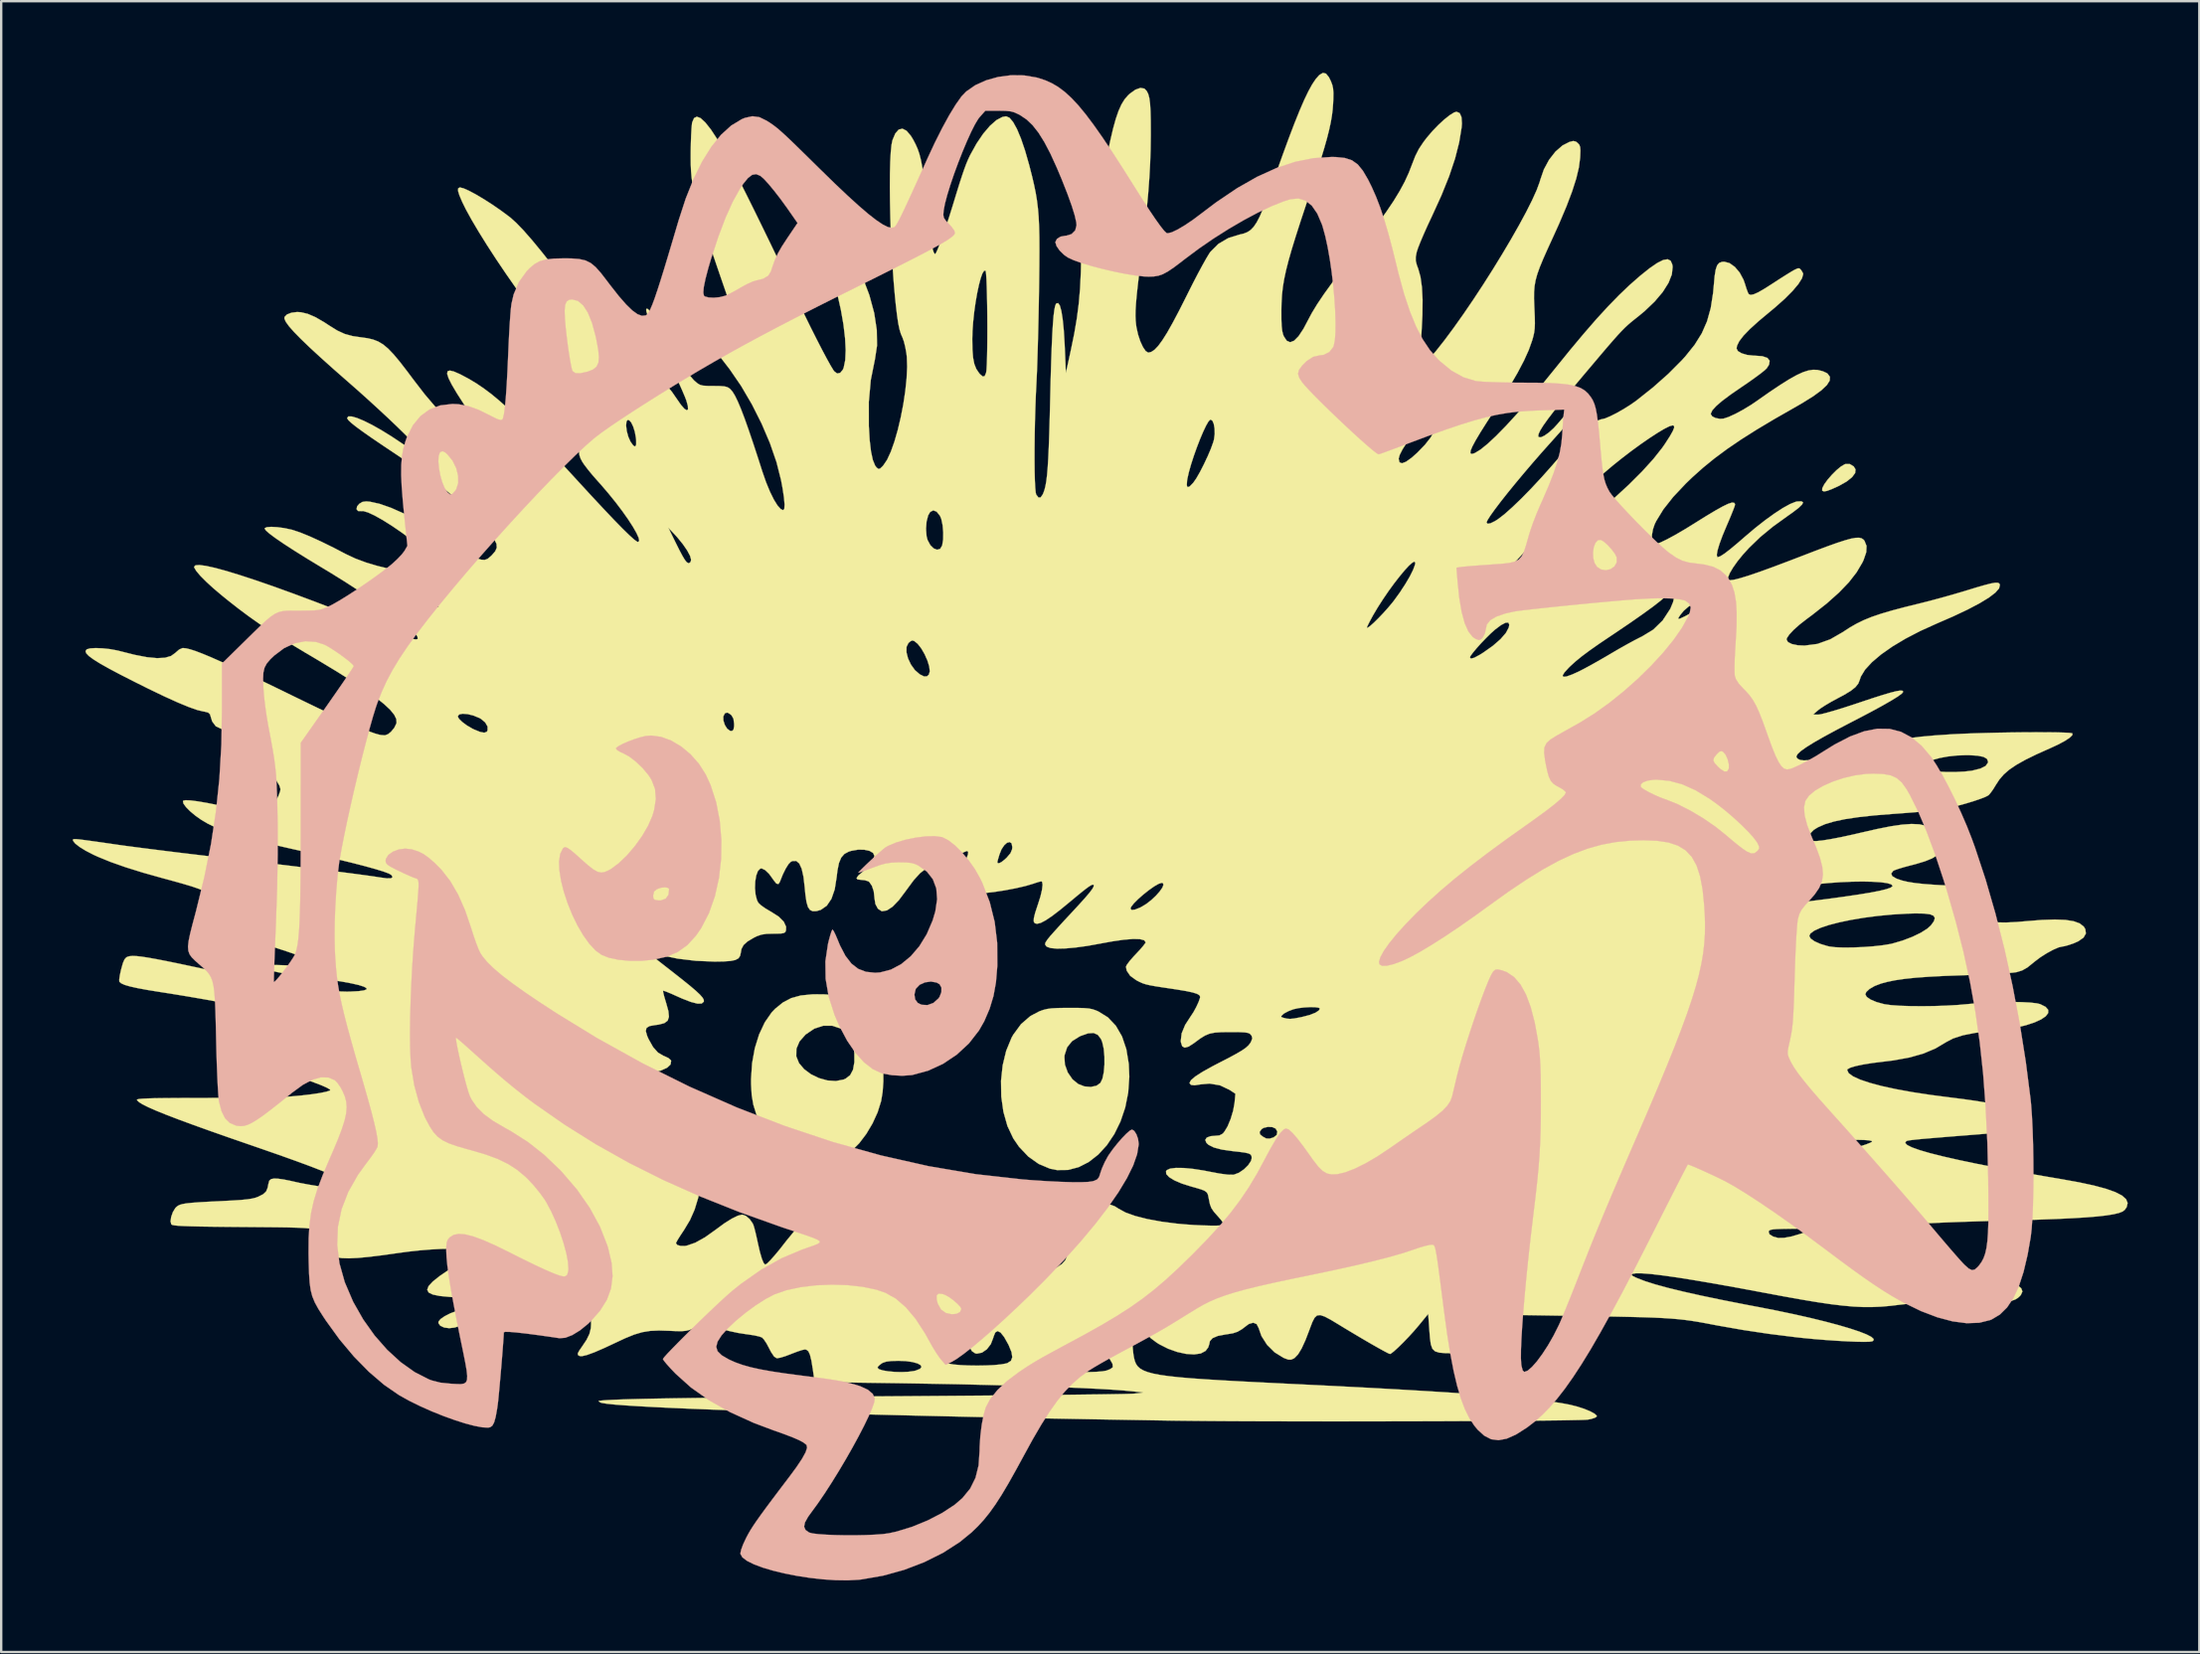
<source format=kicad_pcb>
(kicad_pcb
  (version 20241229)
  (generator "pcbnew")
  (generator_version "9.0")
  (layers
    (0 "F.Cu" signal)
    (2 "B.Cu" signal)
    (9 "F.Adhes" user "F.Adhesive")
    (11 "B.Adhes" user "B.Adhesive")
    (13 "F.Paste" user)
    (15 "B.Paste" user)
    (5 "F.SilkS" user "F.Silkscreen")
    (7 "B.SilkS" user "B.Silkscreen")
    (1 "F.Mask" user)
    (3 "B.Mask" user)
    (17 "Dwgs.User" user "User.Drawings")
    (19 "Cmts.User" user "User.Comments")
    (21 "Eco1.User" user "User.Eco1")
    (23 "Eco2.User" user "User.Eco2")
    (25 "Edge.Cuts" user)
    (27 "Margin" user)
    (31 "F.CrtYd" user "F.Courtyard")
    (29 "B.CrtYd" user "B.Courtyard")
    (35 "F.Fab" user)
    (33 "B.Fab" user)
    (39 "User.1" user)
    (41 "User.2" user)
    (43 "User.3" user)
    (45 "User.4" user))
  (footprint "Ferris_rust_logos"
    (layer "F.Cu")
    (at 41.471 30.526)
    (property "Reference" "Ferris_rust_logos" (at 0 0 0) (layer "F.SilkS") (effects (font (size 1.524 1.524) (thickness 0.3))))
    (attr exclude_from_pos_files exclude_from_bom)
    (fp_poly (pts (xy 33.168 -14.027) (xy 33.244 -13.901) (xy 33.228 -13.75) (xy 33.102 -13.578) (xy 32.879 -13.398) (xy 32.571 -13.222) (xy 32.544 -13.209) (xy 32.251 -13.075) (xy 32.049 -12.999) (xy 31.923 -12.977) (xy 31.855 -13.004) (xy 31.846 -13.016) (xy 31.852 -13.117) (xy 31.935 -13.276) (xy 32.074 -13.469) (xy 32.25 -13.672) (xy 32.442 -13.864) (xy 32.628 -14.019) (xy 32.79 -14.115) (xy 32.816 -14.124) (xy 33.005 -14.125) (xy 33.168 -14.027)) (stroke (width 0.01) (type solid)) (fill yes) (layer "F.SilkS"))
    (fp_poly (pts (xy 0.651 8.671) (xy 0.917 8.679) (xy 1.113 8.696) (xy 1.267 8.727) (xy 1.407 8.775) (xy 1.51 8.819) (xy 1.913 9.069) (xy 2.245 9.421) (xy 2.503 9.867) (xy 2.684 10.403) (xy 2.786 11.021) (xy 2.808 11.557) (xy 2.762 12.219) (xy 2.637 12.846) (xy 2.44 13.429) (xy 2.181 13.958) (xy 1.868 14.424) (xy 1.509 14.817) (xy 1.111 15.128) (xy 0.685 15.346) (xy 0.237 15.463) (xy -0.224 15.468) (xy -0.516 15.41) (xy -0.987 15.213) (xy -1.425 14.902) (xy -1.814 14.491) (xy -2.053 14.144) (xy -2.3 13.621) (xy -2.468 13.025) (xy -2.558 12.385) (xy -2.568 11.727) (xy -2.499 11.079) (xy -2.411 10.713) (xy 0.088 10.713) (xy 0.109 11.045) (xy 0.228 11.376) (xy 0.427 11.664) (xy 0.667 11.861) (xy 0.926 11.961) (xy 1.194 11.984) (xy 1.432 11.933) (xy 1.597 11.816) (xy 1.682 11.637) (xy 1.739 11.369) (xy 1.767 11.047) (xy 1.766 10.706) (xy 1.736 10.38) (xy 1.674 10.104) (xy 1.624 9.979) (xy 1.49 9.802) (xy 1.312 9.722) (xy 1.076 9.738) (xy 0.768 9.847) (xy 0.724 9.868) (xy 0.408 10.066) (xy 0.202 10.322) (xy 0.097 10.647) (xy 0.088 10.713) (xy -2.411 10.713) (xy -2.351 10.467) (xy -2.125 9.918) (xy -2.056 9.796) (xy -1.728 9.349) (xy -1.337 9.012) (xy -0.963 8.815) (xy -0.799 8.756) (xy -0.636 8.715) (xy -0.445 8.69) (xy -0.197 8.676) (xy 0.138 8.67) (xy 0.286 8.67) (xy 0.651 8.671)) (stroke (width 0.01) (type solid)) (fill yes) (layer "F.SilkS"))
    (fp_poly (pts (xy -10.016 8.101) (xy -9.8 8.115) (xy -9.628 8.148) (xy -9.46 8.209) (xy -9.26 8.303) (xy -8.796 8.6) (xy -8.38 9) (xy -8.027 9.486) (xy -7.751 10.04) (xy -7.593 10.518) (xy -7.532 10.87) (xy -7.501 11.298) (xy -7.5 11.755) (xy -7.53 12.194) (xy -7.591 12.568) (xy -7.592 12.573) (xy -7.739 13.044) (xy -7.953 13.513) (xy -8.215 13.954) (xy -8.511 14.343) (xy -8.823 14.657) (xy -9.135 14.871) (xy -9.156 14.882) (xy -9.486 14.996) (xy -9.885 15.068) (xy -10.3 15.09) (xy -10.679 15.057) (xy -10.72 15.049) (xy -11.241 14.877) (xy -11.726 14.596) (xy -12.155 14.223) (xy -12.505 13.775) (xy -12.656 13.505) (xy -12.833 13.101) (xy -12.95 12.723) (xy -13.017 12.328) (xy -13.043 11.87) (xy -13.044 11.652) (xy -13.001 10.992) (xy -12.947 10.694) (xy -11.149 10.694) (xy -11.148 10.702) (xy -11.035 10.984) (xy -10.821 11.237) (xy -10.534 11.451) (xy -10.199 11.613) (xy -9.842 11.712) (xy -9.49 11.736) (xy -9.167 11.674) (xy -9.081 11.636) (xy -8.891 11.489) (xy -8.771 11.263) (xy -8.714 10.947) (xy -8.716 10.564) (xy -8.765 10.184) (xy -8.87 9.9) (xy -9.043 9.689) (xy -9.27 9.541) (xy -9.643 9.418) (xy -10.022 9.419) (xy -10.397 9.542) (xy -10.755 9.785) (xy -10.763 9.792) (xy -11.013 10.076) (xy -11.143 10.38) (xy -11.149 10.694) (xy -12.947 10.694) (xy -12.887 10.362) (xy -12.707 9.783) (xy -12.469 9.276) (xy -12.18 8.859) (xy -12.038 8.71) (xy -11.708 8.443) (xy -11.358 8.259) (xy -10.958 8.15) (xy -10.481 8.103) (xy -10.317 8.1) (xy -10.016 8.101)) (stroke (width 0.01) (type solid)) (fill yes) (layer "F.SilkS"))
    (fp_poly (pts (xy 11.05 -30.491) (xy 11.171 -30.344) (xy 11.251 -30.184) (xy 11.312 -30.026) (xy 11.348 -29.87) (xy 11.362 -29.68) (xy 11.358 -29.418) (xy 11.35 -29.247) (xy 11.331 -28.991) (xy 11.299 -28.727) (xy 11.25 -28.443) (xy 11.181 -28.126) (xy 11.089 -27.762) (xy 10.969 -27.34) (xy 10.819 -26.845) (xy 10.635 -26.266) (xy 10.413 -25.59) (xy 10.23 -25.039) (xy 9.985 -24.3) (xy 9.781 -23.665) (xy 9.613 -23.12) (xy 9.479 -22.649) (xy 9.375 -22.239) (xy 9.297 -21.873) (xy 9.242 -21.538) (xy 9.207 -21.218) (xy 9.188 -20.899) (xy 9.181 -20.574) (xy 9.182 -20.192) (xy 9.193 -19.912) (xy 9.216 -19.709) (xy 9.253 -19.557) (xy 9.284 -19.479) (xy 9.407 -19.293) (xy 9.551 -19.232) (xy 9.717 -19.296) (xy 9.902 -19.484) (xy 10.108 -19.796) (xy 10.285 -20.131) (xy 10.461 -20.461) (xy 10.686 -20.831) (xy 10.968 -21.25) (xy 11.314 -21.729) (xy 11.731 -22.28) (xy 12.227 -22.912) (xy 12.244 -22.934) (xy 12.764 -23.595) (xy 13.205 -24.176) (xy 13.575 -24.69) (xy 13.884 -25.149) (xy 14.138 -25.566) (xy 14.347 -25.953) (xy 14.518 -26.325) (xy 14.653 -26.673) (xy 14.795 -27.037) (xy 14.945 -27.334) (xy 15.137 -27.622) (xy 15.277 -27.806) (xy 15.51 -28.079) (xy 15.761 -28.339) (xy 16.01 -28.568) (xy 16.237 -28.748) (xy 16.42 -28.862) (xy 16.524 -28.892) (xy 16.654 -28.836) (xy 16.729 -28.67) (xy 16.748 -28.403) (xy 16.735 -28.232) (xy 16.632 -27.606) (xy 16.46 -26.93) (xy 16.214 -26.195) (xy 15.889 -25.387) (xy 15.49 -24.511) (xy 15.312 -24.132) (xy 15.15 -23.77) (xy 15.013 -23.448) (xy 14.911 -23.19) (xy 14.855 -23.019) (xy 14.851 -23.006) (xy 14.813 -22.805) (xy 14.813 -22.646) (xy 14.857 -22.47) (xy 14.917 -22.308) (xy 15.011 -21.972) (xy 15.071 -21.54) (xy 15.099 -21.006) (xy 15.092 -20.366) (xy 15.053 -19.616) (xy 14.98 -18.749) (xy 14.943 -18.386) (xy 14.903 -18.008) (xy 15.334 -18.482) (xy 15.659 -18.86) (xy 16.018 -19.315) (xy 16.404 -19.835) (xy 16.808 -20.405) (xy 17.222 -21.012) (xy 17.637 -21.643) (xy 18.045 -22.285) (xy 18.437 -22.924) (xy 18.806 -23.546) (xy 19.143 -24.138) (xy 19.44 -24.687) (xy 19.688 -25.18) (xy 19.879 -25.602) (xy 20.005 -25.941) (xy 20.031 -26.035) (xy 20.183 -26.475) (xy 20.401 -26.878) (xy 20.668 -27.221) (xy 20.967 -27.481) (xy 21.254 -27.627) (xy 21.416 -27.666) (xy 21.526 -27.64) (xy 21.602 -27.581) (xy 21.667 -27.509) (xy 21.702 -27.417) (xy 21.714 -27.273) (xy 21.706 -27.046) (xy 21.701 -26.955) (xy 21.65 -26.559) (xy 21.539 -26.094) (xy 21.366 -25.553) (xy 21.129 -24.927) (xy 20.825 -24.209) (xy 20.588 -23.686) (xy 20.349 -23.164) (xy 20.159 -22.737) (xy 20.013 -22.384) (xy 19.907 -22.088) (xy 19.835 -21.826) (xy 19.792 -21.581) (xy 19.772 -21.331) (xy 19.77 -21.058) (xy 19.781 -20.741) (xy 19.785 -20.66) (xy 19.801 -20.291) (xy 19.806 -20.017) (xy 19.797 -19.806) (xy 19.774 -19.626) (xy 19.732 -19.447) (xy 19.688 -19.295) (xy 19.549 -18.906) (xy 19.348 -18.461) (xy 19.08 -17.951) (xy 18.74 -17.367) (xy 18.323 -16.7) (xy 18.118 -16.383) (xy 17.782 -15.865) (xy 17.516 -15.443) (xy 17.319 -15.112) (xy 17.186 -14.863) (xy 17.114 -14.691) (xy 17.101 -14.589) (xy 17.143 -14.549) (xy 17.237 -14.566) (xy 17.297 -14.59) (xy 17.527 -14.731) (xy 17.824 -14.971) (xy 18.181 -15.304) (xy 18.594 -15.725) (xy 19.056 -16.229) (xy 19.564 -16.809) (xy 20.11 -17.459) (xy 20.627 -18.096) (xy 21.269 -18.889) (xy 21.851 -19.585) (xy 22.382 -20.197) (xy 22.874 -20.733) (xy 23.334 -21.206) (xy 23.774 -21.626) (xy 24.202 -22.002) (xy 24.217 -22.015) (xy 24.613 -22.332) (xy 24.934 -22.553) (xy 25.184 -22.678) (xy 25.369 -22.709) (xy 25.494 -22.648) (xy 25.563 -22.495) (xy 25.579 -22.392) (xy 25.546 -22.074) (xy 25.405 -21.718) (xy 25.162 -21.334) (xy 24.824 -20.935) (xy 24.401 -20.531) (xy 24.137 -20.313) (xy 23.976 -20.186) (xy 23.836 -20.072) (xy 23.707 -19.961) (xy 23.578 -19.841) (xy 23.44 -19.701) (xy 23.281 -19.531) (xy 23.092 -19.318) (xy 22.862 -19.053) (xy 22.581 -18.723) (xy 22.239 -18.318) (xy 21.84 -17.846) (xy 21.35 -17.262) (xy 20.942 -16.765) (xy 20.61 -16.351) (xy 20.351 -16.012) (xy 20.159 -15.743) (xy 20.031 -15.538) (xy 19.962 -15.39) (xy 19.947 -15.294) (xy 19.966 -15.256) (xy 20.058 -15.246) (xy 20.21 -15.317) (xy 20.397 -15.451) (xy 20.597 -15.633) (xy 20.741 -15.79) (xy 21.012 -16.104) (xy 21.251 -16.365) (xy 21.446 -16.558) (xy 21.585 -16.673) (xy 21.645 -16.701) (xy 21.713 -16.67) (xy 21.706 -16.577) (xy 21.622 -16.415) (xy 21.457 -16.183) (xy 21.209 -15.874) (xy 20.875 -15.485) (xy 20.491 -15.056) (xy 20.103 -14.622) (xy 19.716 -14.178) (xy 19.34 -13.737) (xy 18.983 -13.309) (xy 18.656 -12.907) (xy 18.367 -12.541) (xy 18.126 -12.223) (xy 17.942 -11.966) (xy 17.823 -11.779) (xy 17.78 -11.675) (xy 17.78 -11.674) (xy 17.826 -11.621) (xy 17.952 -11.644) (xy 18.139 -11.736) (xy 18.263 -11.816) (xy 18.532 -12.023) (xy 18.863 -12.318) (xy 19.244 -12.684) (xy 19.66 -13.109) (xy 20.097 -13.579) (xy 20.541 -14.078) (xy 20.639 -14.192) (xy 20.917 -14.513) (xy 21.182 -14.815) (xy 21.42 -15.08) (xy 21.612 -15.29) (xy 21.741 -15.425) (xy 21.757 -15.44) (xy 21.993 -15.645) (xy 22.227 -15.819) (xy 22.433 -15.944) (xy 22.582 -16) (xy 22.601 -16.002) (xy 22.744 -16.036) (xy 22.965 -16.129) (xy 23.236 -16.265) (xy 23.529 -16.432) (xy 23.818 -16.614) (xy 24.053 -16.779) (xy 24.755 -17.336) (xy 25.401 -17.909) (xy 25.963 -18.473) (xy 26.111 -18.637) (xy 26.5 -19.122) (xy 26.8 -19.602) (xy 27.021 -20.106) (xy 27.176 -20.662) (xy 27.275 -21.297) (xy 27.306 -21.629) (xy 27.34 -22.007) (xy 27.384 -22.276) (xy 27.444 -22.452) (xy 27.528 -22.554) (xy 27.644 -22.599) (xy 27.741 -22.606) (xy 27.965 -22.547) (xy 28.188 -22.387) (xy 28.39 -22.147) (xy 28.549 -21.851) (xy 28.608 -21.684) (xy 28.673 -21.475) (xy 28.733 -21.315) (xy 28.768 -21.249) (xy 28.846 -21.215) (xy 28.976 -21.239) (xy 29.171 -21.326) (xy 29.441 -21.482) (xy 29.798 -21.71) (xy 29.802 -21.713) (xy 30.079 -21.893) (xy 30.336 -22.056) (xy 30.546 -22.185) (xy 30.678 -22.261) (xy 30.818 -22.326) (xy 30.896 -22.327) (xy 30.959 -22.264) (xy 30.968 -22.252) (xy 31.035 -22.141) (xy 31.052 -22.09) (xy 30.999 -21.908) (xy 30.847 -21.668) (xy 30.604 -21.38) (xy 30.278 -21.052) (xy 29.876 -20.694) (xy 29.657 -20.512) (xy 29.188 -20.12) (xy 28.821 -19.788) (xy 28.551 -19.509) (xy 28.372 -19.276) (xy 28.277 -19.083) (xy 28.258 -18.967) (xy 28.316 -18.859) (xy 28.474 -18.766) (xy 28.702 -18.699) (xy 28.974 -18.669) (xy 29.013 -18.669) (xy 29.34 -18.645) (xy 29.551 -18.574) (xy 29.645 -18.456) (xy 29.621 -18.293) (xy 29.524 -18.139) (xy 29.429 -18.049) (xy 29.248 -17.906) (xy 29.001 -17.724) (xy 28.71 -17.518) (xy 28.473 -17.357) (xy 28.008 -17.037) (xy 27.651 -16.77) (xy 27.398 -16.551) (xy 27.242 -16.377) (xy 27.18 -16.243) (xy 27.178 -16.22) (xy 27.234 -16.126) (xy 27.376 -16.055) (xy 27.56 -16.02) (xy 27.71 -16.029) (xy 27.925 -16.099) (xy 28.21 -16.229) (xy 28.535 -16.404) (xy 28.869 -16.607) (xy 29.083 -16.752) (xy 29.625 -17.132) (xy 30.081 -17.437) (xy 30.461 -17.676) (xy 30.778 -17.853) (xy 31.043 -17.975) (xy 31.269 -18.047) (xy 31.468 -18.077) (xy 31.651 -18.07) (xy 31.667 -18.067) (xy 31.873 -18.015) (xy 32.046 -17.935) (xy 32.074 -17.914) (xy 32.171 -17.781) (xy 32.162 -17.622) (xy 32.043 -17.435) (xy 31.813 -17.217) (xy 31.468 -16.965) (xy 31.007 -16.678) (xy 30.709 -16.506) (xy 29.857 -16.02) (xy 29.108 -15.573) (xy 28.448 -15.155) (xy 27.862 -14.756) (xy 27.336 -14.366) (xy 26.856 -13.975) (xy 26.406 -13.573) (xy 26.134 -13.311) (xy 25.603 -12.748) (xy 25.19 -12.225) (xy 24.892 -11.738) (xy 24.825 -11.601) (xy 24.754 -11.391) (xy 24.713 -11.162) (xy 24.705 -10.954) (xy 24.734 -10.805) (xy 24.767 -10.762) (xy 24.87 -10.765) (xy 25.067 -10.836) (xy 25.346 -10.97) (xy 25.699 -11.161) (xy 26.114 -11.404) (xy 26.485 -11.634) (xy 26.974 -11.939) (xy 27.368 -12.175) (xy 27.674 -12.346) (xy 27.901 -12.456) (xy 28.057 -12.508) (xy 28.151 -12.506) (xy 28.191 -12.455) (xy 28.194 -12.425) (xy 28.17 -12.338) (xy 28.102 -12.16) (xy 28.002 -11.913) (xy 27.878 -11.621) (xy 27.838 -11.529) (xy 27.668 -11.122) (xy 27.541 -10.776) (xy 27.46 -10.504) (xy 27.429 -10.318) (xy 27.452 -10.23) (xy 27.471 -10.224) (xy 27.576 -10.259) (xy 27.748 -10.368) (xy 27.992 -10.555) (xy 28.316 -10.825) (xy 28.607 -11.078) (xy 29.032 -11.438) (xy 29.449 -11.766) (xy 29.844 -12.051) (xy 30.2 -12.283) (xy 30.503 -12.45) (xy 30.735 -12.543) (xy 30.797 -12.556) (xy 30.974 -12.563) (xy 31.045 -12.524) (xy 31.009 -12.434) (xy 30.864 -12.292) (xy 30.608 -12.096) (xy 30.401 -11.95) (xy 29.779 -11.501) (xy 29.25 -11.065) (xy 28.784 -10.615) (xy 28.526 -10.332) (xy 28.297 -10.05) (xy 28.109 -9.784) (xy 27.973 -9.553) (xy 27.902 -9.377) (xy 27.903 -9.279) (xy 27.976 -9.255) (xy 28.142 -9.274) (xy 28.403 -9.339) (xy 28.763 -9.449) (xy 29.226 -9.607) (xy 29.796 -9.814) (xy 30.476 -10.07) (xy 30.929 -10.244) (xy 31.545 -10.481) (xy 32.054 -10.672) (xy 32.469 -10.82) (xy 32.799 -10.927) (xy 33.056 -10.998) (xy 33.252 -11.033) (xy 33.396 -11.037) (xy 33.501 -11.011) (xy 33.578 -10.958) (xy 33.62 -10.908) (xy 33.706 -10.693) (xy 33.693 -10.427) (xy 33.58 -10.098) (xy 33.53 -9.994) (xy 33.289 -9.586) (xy 32.966 -9.171) (xy 32.553 -8.741) (xy 32.042 -8.285) (xy 31.423 -7.797) (xy 31.198 -7.63) (xy 30.897 -7.396) (xy 30.648 -7.173) (xy 30.466 -6.977) (xy 30.366 -6.826) (xy 30.353 -6.771) (xy 30.412 -6.664) (xy 30.576 -6.581) (xy 30.823 -6.529) (xy 31.109 -6.516) (xy 31.646 -6.585) (xy 32.185 -6.778) (xy 32.707 -7.079) (xy 32.999 -7.27) (xy 33.287 -7.435) (xy 33.588 -7.582) (xy 33.922 -7.718) (xy 34.306 -7.849) (xy 34.76 -7.983) (xy 35.303 -8.127) (xy 35.941 -8.285) (xy 36.349 -8.388) (xy 36.826 -8.516) (xy 37.318 -8.654) (xy 37.772 -8.788) (xy 37.878 -8.82) (xy 38.326 -8.957) (xy 38.668 -9.055) (xy 38.919 -9.119) (xy 39.092 -9.15) (xy 39.203 -9.15) (xy 39.265 -9.122) (xy 39.293 -9.069) (xy 39.295 -9.06) (xy 39.26 -8.913) (xy 39.104 -8.735) (xy 38.831 -8.526) (xy 38.443 -8.29) (xy 37.942 -8.026) (xy 37.331 -7.738) (xy 36.639 -7.437) (xy 35.961 -7.13) (xy 35.341 -6.808) (xy 34.79 -6.478) (xy 34.317 -6.146) (xy 33.932 -5.82) (xy 33.645 -5.508) (xy 33.467 -5.216) (xy 33.423 -5.084) (xy 33.359 -4.923) (xy 33.238 -4.772) (xy 33.042 -4.617) (xy 32.754 -4.443) (xy 32.512 -4.315) (xy 32.234 -4.165) (xy 31.974 -4.012) (xy 31.769 -3.878) (xy 31.686 -3.815) (xy 31.464 -3.625) (xy 31.686 -3.622) (xy 31.806 -3.641) (xy 32.027 -3.697) (xy 32.33 -3.783) (xy 32.694 -3.894) (xy 33.1 -4.025) (xy 33.409 -4.128) (xy 33.948 -4.308) (xy 34.379 -4.445) (xy 34.71 -4.543) (xy 34.952 -4.604) (xy 35.115 -4.63) (xy 35.208 -4.623) (xy 35.242 -4.586) (xy 35.242 -4.578) (xy 35.185 -4.504) (xy 35.015 -4.38) (xy 34.735 -4.207) (xy 34.349 -3.986) (xy 33.859 -3.72) (xy 33.267 -3.409) (xy 33.109 -3.328) (xy 32.465 -2.992) (xy 31.932 -2.704) (xy 31.505 -2.46) (xy 31.18 -2.258) (xy 30.951 -2.095) (xy 30.815 -1.967) (xy 30.765 -1.871) (xy 30.774 -1.828) (xy 30.835 -1.762) (xy 30.93 -1.72) (xy 31.075 -1.703) (xy 31.286 -1.711) (xy 31.578 -1.745) (xy 31.966 -1.804) (xy 32.371 -1.873) (xy 32.975 -1.982) (xy 33.468 -2.075) (xy 33.865 -2.157) (xy 34.178 -2.23) (xy 34.424 -2.298) (xy 34.616 -2.365) (xy 34.762 -2.429) (xy 34.965 -2.512) (xy 35.23 -2.583) (xy 35.568 -2.644) (xy 35.992 -2.698) (xy 36.514 -2.746) (xy 37.148 -2.789) (xy 37.34 -2.801) (xy 37.754 -2.821) (xy 38.22 -2.839) (xy 38.724 -2.854) (xy 39.248 -2.866) (xy 39.778 -2.875) (xy 40.297 -2.881) (xy 40.791 -2.883) (xy 41.242 -2.882) (xy 41.636 -2.878) (xy 41.957 -2.87) (xy 42.188 -2.859) (xy 42.315 -2.843) (xy 42.333 -2.836) (xy 42.33 -2.761) (xy 42.218 -2.652) (xy 42.009 -2.515) (xy 41.715 -2.359) (xy 41.402 -2.215) (xy 40.828 -1.958) (xy 40.361 -1.729) (xy 39.986 -1.518) (xy 39.689 -1.317) (xy 39.456 -1.114) (xy 39.272 -0.901) (xy 39.13 -0.683) (xy 39.007 -0.484) (xy 38.888 -0.32) (xy 38.822 -0.247) (xy 38.699 -0.179) (xy 38.478 -0.092) (xy 38.187 0.007) (xy 37.853 0.108) (xy 37.501 0.204) (xy 37.16 0.288) (xy 36.855 0.352) (xy 36.689 0.378) (xy 36.474 0.402) (xy 36.161 0.432) (xy 35.777 0.466) (xy 35.35 0.5) (xy 34.907 0.533) (xy 34.815 0.539) (xy 34.031 0.602) (xy 33.364 0.675) (xy 32.803 0.759) (xy 32.34 0.858) (xy 31.963 0.971) (xy 31.664 1.103) (xy 31.494 1.208) (xy 31.355 1.35) (xy 31.305 1.497) (xy 31.345 1.617) (xy 31.443 1.672) (xy 31.593 1.679) (xy 31.851 1.653) (xy 32.206 1.596) (xy 32.645 1.512) (xy 33.153 1.401) (xy 33.465 1.328) (xy 34.144 1.173) (xy 34.717 1.059) (xy 35.195 0.989) (xy 35.592 0.961) (xy 35.919 0.976) (xy 36.191 1.035) (xy 36.42 1.137) (xy 36.618 1.284) (xy 36.751 1.421) (xy 36.908 1.648) (xy 36.947 1.852) (xy 36.872 2.053) (xy 36.824 2.12) (xy 36.671 2.271) (xy 36.457 2.402) (xy 36.162 2.523) (xy 35.768 2.642) (xy 35.558 2.696) (xy 35.28 2.77) (xy 35.043 2.841) (xy 34.878 2.899) (xy 34.82 2.929) (xy 34.74 3.042) (xy 34.784 3.147) (xy 34.954 3.249) (xy 34.985 3.261) (xy 35.19 3.331) (xy 35.436 3.389) (xy 35.738 3.437) (xy 36.112 3.478) (xy 36.576 3.512) (xy 37.145 3.543) (xy 37.362 3.553) (xy 37.766 3.574) (xy 38.126 3.597) (xy 38.422 3.623) (xy 38.634 3.648) (xy 38.744 3.671) (xy 38.753 3.676) (xy 38.758 3.76) (xy 38.663 3.909) (xy 38.586 3.998) (xy 38.457 4.149) (xy 38.373 4.265) (xy 38.354 4.306) (xy 38.389 4.395) (xy 38.475 4.546) (xy 38.587 4.719) (xy 38.7 4.875) (xy 38.787 4.975) (xy 38.803 4.988) (xy 38.968 5.052) (xy 39.216 5.087) (xy 39.557 5.092) (xy 40.003 5.07) (xy 40.385 5.037) (xy 41.051 4.984) (xy 41.601 4.966) (xy 42.044 4.983) (xy 42.388 5.038) (xy 42.64 5.13) (xy 42.808 5.261) (xy 42.874 5.366) (xy 42.899 5.552) (xy 42.8 5.724) (xy 42.579 5.879) (xy 42.386 5.964) (xy 42.176 6.036) (xy 42.002 6.084) (xy 41.923 6.096) (xy 41.759 6.133) (xy 41.527 6.233) (xy 41.26 6.378) (xy 40.988 6.551) (xy 40.744 6.735) (xy 40.691 6.78) (xy 40.443 6.979) (xy 40.226 7.101) (xy 39.992 7.173) (xy 39.843 7.193) (xy 39.586 7.215) (xy 39.241 7.238) (xy 38.827 7.26) (xy 38.364 7.281) (xy 37.871 7.299) (xy 37.751 7.303) (xy 36.983 7.33) (xy 36.328 7.364) (xy 35.771 7.404) (xy 35.299 7.454) (xy 34.898 7.513) (xy 34.554 7.584) (xy 34.315 7.649) (xy 34.046 7.752) (xy 33.83 7.877) (xy 33.692 8.007) (xy 33.655 8.102) (xy 33.715 8.211) (xy 33.879 8.323) (xy 34.127 8.427) (xy 34.437 8.512) (xy 34.472 8.519) (xy 34.737 8.555) (xy 35.102 8.581) (xy 35.543 8.595) (xy 36.032 8.599) (xy 36.545 8.593) (xy 37.055 8.575) (xy 37.537 8.548) (xy 37.964 8.51) (xy 37.973 8.509) (xy 38.406 8.469) (xy 38.87 8.441) (xy 39.341 8.425) (xy 39.797 8.421) (xy 40.214 8.429) (xy 40.57 8.448) (xy 40.841 8.479) (xy 40.983 8.513) (xy 41.21 8.627) (xy 41.319 8.752) (xy 41.319 8.884) (xy 41.217 9.02) (xy 41.022 9.153) (xy 40.741 9.281) (xy 40.384 9.398) (xy 39.959 9.501) (xy 39.473 9.584) (xy 38.934 9.644) (xy 38.868 9.649) (xy 38.266 9.716) (xy 37.752 9.817) (xy 37.338 9.95) (xy 37.052 10.099) (xy 36.597 10.369) (xy 36.088 10.584) (xy 35.506 10.749) (xy 34.831 10.872) (xy 34.417 10.923) (xy 33.961 10.979) (xy 33.567 11.042) (xy 33.251 11.109) (xy 33.027 11.176) (xy 32.908 11.241) (xy 32.893 11.272) (xy 32.955 11.404) (xy 33.138 11.539) (xy 33.435 11.676) (xy 33.839 11.812) (xy 34.343 11.947) (xy 34.942 12.077) (xy 35.629 12.202) (xy 36.397 12.319) (xy 37.116 12.412) (xy 37.755 12.493) (xy 38.278 12.567) (xy 38.695 12.636) (xy 39.018 12.703) (xy 39.256 12.77) (xy 39.42 12.839) (xy 39.488 12.882) (xy 39.603 13.034) (xy 39.683 13.257) (xy 39.714 13.496) (xy 39.685 13.691) (xy 39.659 13.747) (xy 39.618 13.793) (xy 39.547 13.83) (xy 39.431 13.861) (xy 39.256 13.889) (xy 39.005 13.918) (xy 38.663 13.949) (xy 38.217 13.985) (xy 38.005 14.002) (xy 37.354 14.053) (xy 36.819 14.097) (xy 36.388 14.133) (xy 36.051 14.162) (xy 35.795 14.187) (xy 35.61 14.208) (xy 35.485 14.225) (xy 35.409 14.241) (xy 35.369 14.256) (xy 35.369 14.256) (xy 35.326 14.329) (xy 35.406 14.416) (xy 35.608 14.517) (xy 35.927 14.631) (xy 36.361 14.758) (xy 36.909 14.896) (xy 37.566 15.045) (xy 38.331 15.206) (xy 39.201 15.375) (xy 40.173 15.555) (xy 41.245 15.742) (xy 41.846 15.844) (xy 42.6 15.98) (xy 43.229 16.115) (xy 43.739 16.252) (xy 44.132 16.392) (xy 44.413 16.537) (xy 44.583 16.688) (xy 44.648 16.847) (xy 44.61 17.017) (xy 44.529 17.136) (xy 44.44 17.204) (xy 44.287 17.265) (xy 44.063 17.319) (xy 43.762 17.368) (xy 43.378 17.412) (xy 42.903 17.451) (xy 42.331 17.486) (xy 41.656 17.518) (xy 40.871 17.547) (xy 39.969 17.574) (xy 39.434 17.588) (xy 38.474 17.614) (xy 37.634 17.64) (xy 36.906 17.668) (xy 36.282 17.698) (xy 35.755 17.732) (xy 35.316 17.769) (xy 34.96 17.811) (xy 34.677 17.859) (xy 34.461 17.912) (xy 34.304 17.972) (xy 34.198 18.04) (xy 34.143 18.104) (xy 34.097 18.282) (xy 34.176 18.464) (xy 34.377 18.647) (xy 34.697 18.832) (xy 35.135 19.015) (xy 35.687 19.197) (xy 36.353 19.376) (xy 37.128 19.552) (xy 37.306 19.588) (xy 37.991 19.729) (xy 38.559 19.851) (xy 39.022 19.957) (xy 39.388 20.049) (xy 39.667 20.131) (xy 39.869 20.203) (xy 40.003 20.27) (xy 40.019 20.28) (xy 40.188 20.423) (xy 40.239 20.556) (xy 40.177 20.698) (xy 40.134 20.748) (xy 40.046 20.829) (xy 39.939 20.893) (xy 39.799 20.943) (xy 39.612 20.98) (xy 39.363 21.005) (xy 39.041 21.021) (xy 38.629 21.029) (xy 38.115 21.03) (xy 37.656 21.027) (xy 37.005 21.025) (xy 36.463 21.029) (xy 36.012 21.041) (xy 35.632 21.06) (xy 35.306 21.088) (xy 35.115 21.11) (xy 34.712 21.159) (xy 34.327 21.193) (xy 33.947 21.209) (xy 33.558 21.209) (xy 33.145 21.189) (xy 32.693 21.148) (xy 32.189 21.087) (xy 31.617 21.002) (xy 30.964 20.893) (xy 30.216 20.759) (xy 29.401 20.607) (xy 28.314 20.404) (xy 27.35 20.231) (xy 26.506 20.087) (xy 25.782 19.971) (xy 25.174 19.885) (xy 24.683 19.826) (xy 24.306 19.797) (xy 24.042 19.795) (xy 23.895 19.819) (xy 23.85 19.854) (xy 23.899 19.904) (xy 24.053 19.98) (xy 24.075 19.99) (xy 24.411 20.12) (xy 24.844 20.258) (xy 25.38 20.405) (xy 26.023 20.562) (xy 26.777 20.731) (xy 27.646 20.912) (xy 28.635 21.107) (xy 29.179 21.21) (xy 29.955 21.362) (xy 30.686 21.516) (xy 31.365 21.669) (xy 31.984 21.821) (xy 32.535 21.968) (xy 33.011 22.108) (xy 33.403 22.238) (xy 33.705 22.357) (xy 33.908 22.462) (xy 34.005 22.551) (xy 33.987 22.622) (xy 33.94 22.647) (xy 33.82 22.664) (xy 33.593 22.669) (xy 33.277 22.663) (xy 32.894 22.647) (xy 32.46 22.623) (xy 31.997 22.591) (xy 31.523 22.553) (xy 31.057 22.508) (xy 30.766 22.477) (xy 29.612 22.333) (xy 28.526 22.17) (xy 27.451 21.981) (xy 27.241 21.941) (xy 26.927 21.881) (xy 26.64 21.83) (xy 26.366 21.786) (xy 26.093 21.749) (xy 25.809 21.718) (xy 25.499 21.692) (xy 25.151 21.67) (xy 24.753 21.651) (xy 24.291 21.636) (xy 23.752 21.622) (xy 23.123 21.609) (xy 22.392 21.596) (xy 21.654 21.584) (xy 20.831 21.57) (xy 20.126 21.559) (xy 19.53 21.55) (xy 19.033 21.542) (xy 18.627 21.537) (xy 18.301 21.533) (xy 18.047 21.531) (xy 17.856 21.532) (xy 17.719 21.534) (xy 17.625 21.538) (xy 17.567 21.545) (xy 17.534 21.553) (xy 17.518 21.563) (xy 17.51 21.576) (xy 17.5 21.591) (xy 17.497 21.594) (xy 17.468 21.684) (xy 17.446 21.871) (xy 17.433 22.126) (xy 17.431 22.289) (xy 17.428 22.614) (xy 17.406 22.843) (xy 17.348 22.995) (xy 17.233 23.085) (xy 17.045 23.129) (xy 16.763 23.144) (xy 16.446 23.146) (xy 16.071 23.143) (xy 15.803 23.122) (xy 15.623 23.066) (xy 15.511 22.957) (xy 15.446 22.777) (xy 15.409 22.508) (xy 15.385 22.194) (xy 15.335 21.497) (xy 14.946 21.972) (xy 14.744 22.209) (xy 14.519 22.456) (xy 14.292 22.692) (xy 14.08 22.9) (xy 13.902 23.062) (xy 13.777 23.159) (xy 13.733 23.177) (xy 13.655 23.146) (xy 13.485 23.057) (xy 13.239 22.921) (xy 12.933 22.747) (xy 12.583 22.543) (xy 12.206 22.319) (xy 11.816 22.085) (xy 11.592 21.948) (xy 11.25 21.742) (xy 10.997 21.608) (xy 10.812 21.547) (xy 10.677 21.563) (xy 10.573 21.659) (xy 10.481 21.836) (xy 10.381 22.097) (xy 10.375 22.116) (xy 10.194 22.589) (xy 10.031 22.945) (xy 9.881 23.193) (xy 9.739 23.341) (xy 9.703 23.364) (xy 9.587 23.416) (xy 9.478 23.415) (xy 9.322 23.359) (xy 9.265 23.334) (xy 8.896 23.106) (xy 8.581 22.793) (xy 8.347 22.425) (xy 8.228 22.086) (xy 8.145 21.925) (xy 8.003 21.866) (xy 7.827 21.916) (xy 7.755 21.965) (xy 7.529 22.137) (xy 7.346 22.244) (xy 7.155 22.308) (xy 6.905 22.35) (xy 6.85 22.357) (xy 6.517 22.42) (xy 6.298 22.513) (xy 6.184 22.642) (xy 6.16 22.764) (xy 6.115 22.901) (xy 6.008 23.044) (xy 6.003 23.049) (xy 5.803 23.155) (xy 5.523 23.195) (xy 5.184 23.173) (xy 4.812 23.091) (xy 4.431 22.955) (xy 4.064 22.769) (xy 3.955 22.7) (xy 3.71 22.518) (xy 3.535 22.331) (xy 3.4 22.098) (xy 3.278 21.781) (xy 3.27 21.758) (xy 3.172 21.506) (xy 3.087 21.375) (xy 3.016 21.366) (xy 2.962 21.476) (xy 2.939 21.64) (xy 2.926 21.895) (xy 2.924 22.206) (xy 2.931 22.538) (xy 2.947 22.857) (xy 2.972 23.127) (xy 2.983 23.209) (xy 3.009 23.354) (xy 3.043 23.482) (xy 3.092 23.597) (xy 3.163 23.698) (xy 3.264 23.788) (xy 3.401 23.867) (xy 3.582 23.937) (xy 3.815 24) (xy 4.106 24.056) (xy 4.463 24.106) (xy 4.892 24.153) (xy 5.402 24.197) (xy 5.999 24.239) (xy 6.691 24.282) (xy 7.485 24.326) (xy 8.388 24.372) (xy 9.407 24.423) (xy 9.906 24.447) (xy 11.416 24.521) (xy 12.803 24.593) (xy 14.073 24.663) (xy 15.229 24.731) (xy 16.277 24.797) (xy 17.22 24.862) (xy 18.064 24.925) (xy 18.813 24.989) (xy 19.471 25.052) (xy 20.044 25.115) (xy 20.535 25.178) (xy 20.95 25.243) (xy 21.272 25.304) (xy 21.582 25.382) (xy 21.872 25.476) (xy 22.12 25.578) (xy 22.302 25.676) (xy 22.395 25.761) (xy 22.4 25.796) (xy 22.327 25.849) (xy 22.168 25.9) (xy 22.029 25.927) (xy 21.908 25.936) (xy 21.669 25.944) (xy 21.321 25.951) (xy 20.872 25.959) (xy 20.333 25.965) (xy 19.712 25.972) (xy 19.018 25.977) (xy 18.261 25.983) (xy 17.448 25.987) (xy 16.589 25.991) (xy 15.694 25.995) (xy 14.771 25.997) (xy 13.829 25.999) (xy 12.878 26.001) (xy 11.926 26.002) (xy 10.982 26.002) (xy 10.055 26.001) (xy 9.155 25.999) (xy 8.29 25.997) (xy 7.469 25.994) (xy 6.702 25.99) (xy 5.997 25.985) (xy 5.364 25.979) (xy 4.811 25.973) (xy 4.604 25.97) (xy 2.807 25.94) (xy 1.05 25.909) (xy -0.665 25.877) (xy -2.331 25.844) (xy -3.946 25.809) (xy -5.505 25.774) (xy -7.003 25.738) (xy -8.437 25.701) (xy -9.803 25.664) (xy -11.095 25.627) (xy -12.31 25.589) (xy -13.444 25.552) (xy -14.492 25.514) (xy -15.45 25.477) (xy -16.314 25.44) (xy -17.08 25.403) (xy -17.743 25.367) (xy -18.299 25.332) (xy -18.745 25.298) (xy -19.075 25.264) (xy -19.285 25.232) (xy -19.364 25.208) (xy -19.432 25.157) (xy -19.431 25.145) (xy -19.298 25.128) (xy -19.099 25.113) (xy -18.829 25.098) (xy -18.483 25.084) (xy -18.059 25.071) (xy -17.551 25.058) (xy -16.956 25.046) (xy -16.27 25.034) (xy -15.488 25.023) (xy -14.606 25.012) (xy -13.621 25.001) (xy -12.528 24.99) (xy -11.323 24.98) (xy -10.001 24.97) (xy -8.56 24.959) (xy -7.525 24.952) (xy -6.392 24.944) (xy -5.291 24.936) (xy -4.227 24.928) (xy -3.208 24.92) (xy -2.24 24.911) (xy -1.332 24.902) (xy -0.49 24.894) (xy 0.279 24.886) (xy 0.968 24.877) (xy 1.57 24.87) (xy 2.077 24.862) (xy 2.483 24.855) (xy 2.781 24.848) (xy 2.964 24.842) (xy 3.016 24.839) (xy 3.397 24.793) (xy 2.985 24.746) (xy 2.58 24.708) (xy 2.055 24.67) (xy 1.417 24.633) (xy 0.674 24.598) (xy -0.169 24.564) (xy -1.103 24.531) (xy -2.123 24.5) (xy -3.22 24.472) (xy -4.388 24.445) (xy -5.62 24.422) (xy -6.909 24.401) (xy -7.27 24.396) (xy -10.38 24.352) (xy -10.459 23.794) (xy -10.467 23.749) (xy -7.747 23.749) (xy -7.688 23.812) (xy -7.53 23.864) (xy -7.3 23.903) (xy -7.026 23.928) (xy -6.735 23.935) (xy -6.454 23.923) (xy -6.212 23.889) (xy -6.144 23.873) (xy -5.964 23.801) (xy -5.9 23.722) (xy -5.939 23.644) (xy -6.07 23.572) (xy -6.281 23.514) (xy -6.561 23.475) (xy -6.861 23.463) (xy -7.168 23.471) (xy -7.381 23.498) (xy -7.529 23.549) (xy -7.575 23.576) (xy -7.694 23.671) (xy -7.747 23.746) (xy -7.747 23.749) (xy -10.467 23.749) (xy -10.516 23.447) (xy -10.536 23.368) (xy -4.889 23.368) (xy -4.887 23.506) (xy -4.869 23.537) (xy -4.759 23.582) (xy -4.549 23.618) (xy -4.262 23.643) (xy -3.924 23.659) (xy -3.561 23.664) (xy -3.197 23.658) (xy -2.858 23.642) (xy -2.842 23.64) (xy 0.145 23.64) (xy 0.145 23.77) (xy 0.219 23.859) (xy 0.238 23.871) (xy 0.358 23.902) (xy 0.571 23.923) (xy 0.843 23.934) (xy 1.141 23.934) (xy 1.432 23.924) (xy 1.681 23.904) (xy 1.851 23.874) (xy 2.011 23.811) (xy 2.108 23.738) (xy 2.116 23.724) (xy 2.104 23.59) (xy 2.001 23.409) (xy 1.821 23.2) (xy 1.585 22.991) (xy 1.294 22.787) (xy 1.056 22.69) (xy 0.851 22.703) (xy 0.658 22.829) (xy 0.457 23.073) (xy 0.38 23.186) (xy 0.222 23.452) (xy 0.145 23.64) (xy -2.842 23.64) (xy -2.569 23.614) (xy -2.355 23.575) (xy -2.302 23.559) (xy -2.153 23.464) (xy -2.096 23.314) (xy -2.128 23.098) (xy -2.249 22.803) (xy -2.261 22.779) (xy -2.436 22.467) (xy -2.586 22.279) (xy -2.711 22.216) (xy -2.81 22.276) (xy -2.885 22.462) (xy -2.893 22.498) (xy -2.996 22.764) (xy -3.161 22.979) (xy -3.363 23.119) (xy -3.577 23.163) (xy -3.647 23.152) (xy -3.788 23.058) (xy -3.892 22.879) (xy -3.937 22.655) (xy -3.937 22.637) (xy -3.986 22.479) (xy -4.111 22.404) (xy -4.281 22.429) (xy -4.31 22.443) (xy -4.452 22.558) (xy -4.596 22.739) (xy -4.728 22.954) (xy -4.83 23.174) (xy -4.889 23.368) (xy -10.536 23.368) (xy -10.575 23.209) (xy -10.642 23.065) (xy -10.725 22.998) (xy -10.789 22.987) (xy -10.9 23.01) (xy -11.091 23.072) (xy -11.324 23.16) (xy -11.373 23.18) (xy -11.611 23.27) (xy -11.817 23.332) (xy -11.953 23.355) (xy -11.969 23.355) (xy -12.08 23.282) (xy -12.208 23.091) (xy -12.281 22.949) (xy -12.393 22.738) (xy -12.505 22.57) (xy -12.587 22.485) (xy -12.705 22.443) (xy -12.911 22.397) (xy -13.166 22.358) (xy -13.244 22.348) (xy -13.58 22.296) (xy -13.947 22.218) (xy -14.269 22.131) (xy -14.271 22.13) (xy -14.614 22.031) (xy -14.879 21.984) (xy -15.102 21.99) (xy -15.322 22.048) (xy -15.467 22.107) (xy -15.619 22.168) (xy -15.764 22.204) (xy -15.936 22.22) (xy -16.17 22.219) (xy -16.469 22.206) (xy -16.905 22.193) (xy -17.27 22.209) (xy -17.602 22.263) (xy -17.938 22.362) (xy -18.315 22.515) (xy -18.669 22.68) (xy -19.192 22.925) (xy -19.608 23.105) (xy -19.921 23.219) (xy -20.131 23.269) (xy -20.227 23.263) (xy -20.298 23.221) (xy -20.307 23.155) (xy -20.247 23.039) (xy -20.136 22.879) (xy -19.938 22.583) (xy -19.818 22.336) (xy -19.76 22.1) (xy -19.748 21.906) (xy -19.758 21.666) (xy -19.798 21.495) (xy -19.88 21.39) (xy -20.018 21.349) (xy -20.228 21.368) (xy -20.521 21.444) (xy -20.913 21.575) (xy -21.063 21.629) (xy -21.66 21.837) (xy -22.152 21.994) (xy -22.55 22.1) (xy -22.863 22.158) (xy -23.102 22.169) (xy -23.276 22.136) (xy -23.397 22.06) (xy -23.397 22.06) (xy -23.462 21.944) (xy -23.444 21.793) (xy -23.339 21.589) (xy -23.233 21.435) (xy -23.097 21.21) (xy -23.058 21.054) (xy -23.107 20.965) (xy -23.235 20.944) (xy -23.432 20.99) (xy -23.687 21.102) (xy -23.993 21.28) (xy -24.269 21.472) (xy -24.69 21.749) (xy -25.097 21.952) (xy -25.467 22.07) (xy -25.697 22.096) (xy -25.908 22.068) (xy -26.068 21.992) (xy -26.146 21.886) (xy -26.144 21.821) (xy -26.058 21.714) (xy -25.883 21.593) (xy -25.65 21.474) (xy -25.392 21.378) (xy -25.367 21.37) (xy -25.104 21.273) (xy -24.918 21.161) (xy -24.832 21.049) (xy -24.829 21.024) (xy -24.888 20.95) (xy -25.054 20.882) (xy -25.304 20.826) (xy -25.616 20.789) (xy -25.686 20.784) (xy -26.092 20.746) (xy -26.382 20.686) (xy -26.557 20.6) (xy -26.616 20.483) (xy -26.559 20.332) (xy -26.386 20.143) (xy -26.097 19.912) (xy -25.691 19.635) (xy -25.637 19.6) (xy -25.299 19.364) (xy -25.079 19.167) (xy -24.974 19.005) (xy -24.984 18.877) (xy -25.011 18.842) (xy -25.123 18.799) (xy -25.342 18.774) (xy -25.65 18.765) (xy -26.028 18.773) (xy -26.459 18.796) (xy -26.924 18.834) (xy -27.404 18.886) (xy -27.813 18.941) (xy -28.49 19.037) (xy -29.056 19.106) (xy -29.52 19.15) (xy -29.897 19.167) (xy -30.197 19.158) (xy -30.433 19.123) (xy -30.616 19.062) (xy -30.759 18.976) (xy -30.782 18.957) (xy -30.888 18.84) (xy -30.95 18.693) (xy -30.984 18.468) (xy -30.987 18.438) (xy -30.997 18.314) (xy -31.01 18.21) (xy -31.037 18.124) (xy -31.088 18.054) (xy -31.172 17.998) (xy -31.302 17.955) (xy -31.485 17.923) (xy -31.734 17.899) (xy -32.058 17.883) (xy -32.468 17.872) (xy -32.973 17.865) (xy -33.585 17.86) (xy -34.312 17.854) (xy -34.335 17.854) (xy -35.048 17.848) (xy -35.645 17.841) (xy -36.133 17.834) (xy -36.523 17.825) (xy -36.825 17.814) (xy -37.048 17.802) (xy -37.201 17.787) (xy -37.294 17.769) (xy -37.337 17.749) (xy -37.339 17.747) (xy -37.373 17.621) (xy -37.348 17.435) (xy -37.278 17.234) (xy -37.175 17.063) (xy -37.136 17.021) (xy -37.071 16.969) (xy -36.989 16.927) (xy -36.874 16.893) (xy -36.712 16.865) (xy -36.486 16.841) (xy -36.181 16.818) (xy -35.781 16.795) (xy -35.271 16.77) (xy -35.23 16.768) (xy -34.77 16.744) (xy -34.417 16.721) (xy -34.151 16.694) (xy -33.953 16.663) (xy -33.802 16.625) (xy -33.698 16.585) (xy -33.49 16.479) (xy -33.37 16.368) (xy -33.305 16.211) (xy -33.277 16.068) (xy -33.237 15.914) (xy -33.158 15.846) (xy -33.033 15.823) (xy -32.873 15.829) (xy -32.636 15.862) (xy -32.367 15.915) (xy -32.303 15.93) (xy -31.967 16.005) (xy -31.58 16.078) (xy -31.176 16.145) (xy -30.79 16.2) (xy -30.454 16.239) (xy -30.203 16.256) (xy -30.174 16.256) (xy -30.001 16.24) (xy -29.886 16.199) (xy -29.871 16.184) (xy -29.867 16.116) (xy -29.933 16.033) (xy -30.076 15.933) (xy -30.299 15.813) (xy -30.61 15.671) (xy -31.013 15.504) (xy -31.513 15.31) (xy -32.117 15.087) (xy -32.83 14.832) (xy -33.658 14.544) (xy -33.941 14.446) (xy -34.89 14.118) (xy -35.723 13.825) (xy -36.445 13.566) (xy -37.059 13.339) (xy -37.572 13.142) (xy -37.987 12.974) (xy -38.311 12.831) (xy -38.547 12.713) (xy -38.7 12.617) (xy -38.775 12.541) (xy -38.783 12.525) (xy -38.765 12.506) (xy -38.691 12.49) (xy -38.552 12.476) (xy -38.338 12.466) (xy -38.042 12.457) (xy -37.653 12.452) (xy -37.163 12.448) (xy -36.563 12.445) (xy -35.962 12.445) (xy -35.338 12.443) (xy -34.724 12.439) (xy -34.138 12.432) (xy -33.599 12.423) (xy -33.123 12.413) (xy -32.729 12.401) (xy -32.434 12.389) (xy -32.324 12.382) (xy -31.867 12.34) (xy -31.454 12.291) (xy -31.105 12.238) (xy -30.841 12.183) (xy -30.683 12.131) (xy -30.681 12.13) (xy -30.696 12.089) (xy -30.819 12.017) (xy -31.039 11.919) (xy -31.189 11.859) (xy -31.31 11.814) (xy -18.656 11.814) (xy -18.653 11.828) (xy -18.57 11.915) (xy -18.387 12.02) (xy -18.126 12.133) (xy -17.811 12.245) (xy -17.556 12.32) (xy -17.199 12.431) (xy -16.872 12.563) (xy -16.603 12.702) (xy -16.418 12.834) (xy -16.36 12.901) (xy -16.344 13.04) (xy -16.411 13.237) (xy -16.545 13.471) (xy -16.73 13.722) (xy -16.949 13.969) (xy -17.186 14.191) (xy -17.426 14.367) (xy -17.578 14.449) (xy -17.762 14.555) (xy -17.842 14.661) (xy -17.843 14.678) (xy -17.804 14.775) (xy -17.7 14.929) (xy -17.551 15.116) (xy -17.379 15.313) (xy -17.204 15.499) (xy -17.045 15.649) (xy -16.925 15.742) (xy -16.866 15.757) (xy -16.526 15.496) (xy -16.201 15.253) (xy -15.911 15.043) (xy -15.676 14.879) (xy -15.516 14.776) (xy -15.487 14.76) (xy -15.345 14.697) (xy -15.26 14.699) (xy -15.191 14.753) (xy -15.109 14.914) (xy -15.069 15.179) (xy -15.074 15.532) (xy -15.123 15.956) (xy -15.138 16.047) (xy -15.26 16.634) (xy -15.411 17.128) (xy -15.603 17.563) (xy -15.849 17.973) (xy -15.857 17.985) (xy -16.003 18.205) (xy -16.118 18.388) (xy -16.183 18.508) (xy -16.192 18.536) (xy -16.137 18.608) (xy -15.995 18.648) (xy -15.807 18.647) (xy -15.731 18.634) (xy -15.38 18.512) (xy -14.972 18.285) (xy -14.514 17.959) (xy -14.508 17.954) (xy -14.162 17.7) (xy -13.853 17.506) (xy -13.599 17.381) (xy -13.417 17.336) (xy -13.413 17.335) (xy -13.261 17.389) (xy -13.101 17.525) (xy -12.974 17.707) (xy -12.946 17.77) (xy -12.904 17.907) (xy -12.848 18.13) (xy -12.787 18.399) (xy -12.763 18.515) (xy -12.676 18.894) (xy -12.593 19.181) (xy -12.517 19.363) (xy -12.452 19.431) (xy -12.449 19.431) (xy -12.372 19.383) (xy -12.236 19.248) (xy -12.055 19.045) (xy -11.843 18.791) (xy -11.616 18.5) (xy -11.569 18.439) (xy -11.207 17.998) (xy -10.865 17.674) (xy -10.535 17.461) (xy -10.208 17.353) (xy -10.008 17.335) (xy -9.718 17.38) (xy -9.508 17.516) (xy -9.378 17.745) (xy -9.326 18.072) (xy -9.35 18.498) (xy -9.353 18.522) (xy -9.379 18.761) (xy -9.387 18.959) (xy -9.378 19.074) (xy -9.377 19.078) (xy -9.296 19.166) (xy -9.183 19.163) (xy -9.067 19.087) (xy -8.981 18.959) (xy -8.954 18.823) (xy -8.899 18.634) (xy -8.746 18.5) (xy -8.516 18.423) (xy -8.225 18.409) (xy -7.892 18.459) (xy -7.536 18.576) (xy -7.525 18.581) (xy -7.208 18.71) (xy -6.969 18.778) (xy -6.774 18.781) (xy -6.587 18.717) (xy -6.374 18.582) (xy -6.198 18.449) (xy -5.899 18.249) (xy -5.654 18.16) (xy -5.451 18.185) (xy -5.281 18.324) (xy -5.133 18.581) (xy -5.108 18.64) (xy -4.974 18.903) (xy -4.836 19.065) (xy -4.718 19.113) (xy -4.581 19.053) (xy -4.435 18.883) (xy -4.289 18.617) (xy -4.154 18.272) (xy -4.008 17.905) (xy -3.848 17.623) (xy -3.776 17.533) (xy -3.641 17.398) (xy -3.542 17.344) (xy -3.435 17.354) (xy -3.388 17.369) (xy -3.28 17.425) (xy -3.198 17.526) (xy -3.121 17.703) (xy -3.074 17.843) (xy -2.914 18.218) (xy -2.715 18.473) (xy -2.473 18.612) (xy -2.409 18.629) (xy -2.228 18.686) (xy -1.978 18.793) (xy -1.697 18.93) (xy -1.423 19.078) (xy -1.193 19.219) (xy -1.112 19.276) (xy -0.94 19.39) (xy -0.738 19.5) (xy -0.551 19.584) (xy -0.424 19.619) (xy -0.333 19.594) (xy -0.234 19.55) (xy -0.02 19.408) (xy 0.13 19.244) (xy 0.19 19.091) (xy 0.191 19.085) (xy 0.159 18.972) (xy 0.075 18.785) (xy -0.046 18.556) (xy -0.106 18.452) (xy -0.273 18.151) (xy -0.314 18.051) (xy 29.603 18.051) (xy 29.638 18.159) (xy 29.793 18.256) (xy 29.996 18.311) (xy 30.246 18.31) (xy 30.561 18.252) (xy 30.962 18.133) (xy 31.083 18.092) (xy 31.591 17.915) (xy 30.608 17.927) (xy 30.232 17.933) (xy 29.964 17.941) (xy 29.787 17.954) (xy 29.68 17.975) (xy 29.625 18.005) (xy 29.604 18.047) (xy 29.603 18.051) (xy -0.314 18.051) (xy -0.369 17.919) (xy -0.406 17.727) (xy -0.408 17.692) (xy -0.413 17.431) (xy 0.191 17.431) (xy 0.476 17.428) (xy 0.678 17.414) (xy 0.842 17.376) (xy 1.012 17.304) (xy 1.231 17.187) (xy 1.291 17.154) (xy 1.591 17) (xy 1.823 16.923) (xy 2.016 16.919) (xy 2.203 16.988) (xy 2.356 17.086) (xy 2.649 17.246) (xy 3.056 17.392) (xy 3.563 17.521) (xy 4.157 17.63) (xy 4.794 17.713) (xy 5.148 17.745) (xy 5.516 17.771) (xy 5.876 17.788) (xy 6.204 17.797) (xy 6.477 17.797) (xy 6.672 17.787) (xy 6.765 17.767) (xy 6.766 17.765) (xy 6.751 17.699) (xy 6.664 17.571) (xy 6.526 17.411) (xy 6.355 17.219) (xy 6.25 17.064) (xy 6.186 16.896) (xy 6.138 16.663) (xy 6.13 16.618) (xy 6.104 16.497) (xy 6.06 16.41) (xy 5.974 16.343) (xy 5.824 16.28) (xy 5.588 16.209) (xy 5.397 16.156) (xy 5.008 16.033) (xy 4.698 15.9) (xy 4.478 15.765) (xy 4.357 15.635) (xy 4.347 15.516) (xy 4.38 15.471) (xy 4.519 15.407) (xy 4.761 15.377) (xy 5.09 15.381) (xy 5.486 15.419) (xy 5.93 15.488) (xy 6.126 15.527) (xy 6.587 15.614) (xy 6.93 15.66) (xy 7.158 15.664) (xy 7.199 15.658) (xy 7.404 15.58) (xy 7.612 15.438) (xy 7.791 15.262) (xy 7.909 15.083) (xy 7.938 14.968) (xy 7.93 14.88) (xy 7.893 14.817) (xy 7.806 14.771) (xy 7.65 14.736) (xy 7.403 14.703) (xy 7.137 14.674) (xy 6.686 14.61) (xy 6.352 14.522) (xy 6.189 14.439) (xy 32.079 14.439) (xy 32.163 14.538) (xy 32.21 14.573) (xy 32.397 14.637) (xy 32.685 14.637) (xy 33.063 14.573) (xy 33.462 14.466) (xy 33.681 14.394) (xy 33.852 14.327) (xy 33.938 14.282) (xy 33.92 14.247) (xy 33.801 14.222) (xy 33.606 14.208) (xy 33.358 14.202) (xy 33.085 14.207) (xy 32.81 14.22) (xy 32.558 14.243) (xy 32.355 14.275) (xy 32.274 14.295) (xy 32.115 14.364) (xy 32.079 14.439) (xy 6.189 14.439) (xy 6.125 14.407) (xy 6.041 14.329) (xy 5.991 14.205) (xy 6.054 14.107) (xy 6.217 14.047) (xy 6.385 14.034) (xy 6.586 14.015) (xy 6.719 13.944) (xy 6.785 13.872) (xy 8.267 13.872) (xy 8.289 13.97) (xy 8.396 14.062) (xy 8.545 14.143) (xy 8.687 14.15) (xy 8.854 14.099) (xy 8.985 13.997) (xy 9.012 13.855) (xy 8.941 13.729) (xy 8.804 13.667) (xy 8.615 13.658) (xy 8.436 13.7) (xy 8.355 13.752) (xy 8.267 13.872) (xy 6.785 13.872) (xy 6.787 13.869) (xy 6.927 13.637) (xy 7.057 13.324) (xy 7.16 12.98) (xy 7.22 12.649) (xy 7.222 12.627) (xy 7.255 12.268) (xy 7.009 12.106) (xy 6.608 11.916) (xy 6.174 11.843) (xy 5.801 11.876) (xy 5.545 11.915) (xy 5.393 11.899) (xy 5.335 11.828) (xy 5.334 11.81) (xy 5.394 11.698) (xy 5.573 11.546) (xy 5.872 11.353) (xy 6.292 11.119) (xy 6.572 10.973) (xy 6.985 10.761) (xy 7.299 10.591) (xy 7.529 10.455) (xy 7.692 10.342) (xy 7.804 10.24) (xy 7.88 10.14) (xy 7.909 10.089) (xy 7.962 9.952) (xy 7.938 9.849) (xy 7.908 9.803) (xy 7.858 9.753) (xy 7.78 9.719) (xy 7.651 9.698) (xy 7.448 9.687) (xy 7.149 9.684) (xy 7.038 9.684) (xy 6.669 9.688) (xy 6.393 9.706) (xy 6.175 9.75) (xy 5.982 9.829) (xy 5.78 9.954) (xy 5.535 10.135) (xy 5.528 10.141) (xy 5.296 10.292) (xy 5.131 10.338) (xy 5.025 10.279) (xy 4.971 10.112) (xy 4.965 10.053) (xy 5.002 9.739) (xy 5.149 9.383) (xy 5.376 9.033) (xy 5.386 9.018) (xy 9.173 9.018) (xy 9.188 9.059) (xy 9.281 9.089) (xy 9.419 9.122) (xy 9.55 9.132) (xy 9.711 9.116) (xy 9.942 9.073) (xy 10.058 9.049) (xy 10.375 8.966) (xy 10.615 8.87) (xy 10.76 8.771) (xy 10.795 8.698) (xy 10.738 8.661) (xy 10.587 8.641) (xy 10.375 8.638) (xy 10.134 8.652) (xy 9.897 8.681) (xy 9.696 8.725) (xy 9.688 8.727) (xy 9.481 8.805) (xy 9.308 8.896) (xy 9.259 8.933) (xy 9.173 9.018) (xy 5.386 9.018) (xy 5.497 8.849) (xy 5.616 8.63) (xy 5.714 8.417) (xy 5.771 8.251) (xy 5.777 8.206) (xy 5.748 8.141) (xy 5.649 8.082) (xy 5.467 8.024) (xy 5.191 7.965) (xy 4.806 7.901) (xy 4.604 7.87) (xy 4.194 7.809) (xy 3.888 7.761) (xy 3.662 7.72) (xy 3.494 7.68) (xy 3.362 7.637) (xy 3.242 7.584) (xy 3.111 7.516) (xy 3.103 7.512) (xy 2.846 7.326) (xy 2.699 7.111) (xy 2.667 6.944) (xy 2.709 6.858) (xy 2.821 6.708) (xy 2.984 6.52) (xy 3.08 6.418) (xy 3.26 6.225) (xy 3.4 6.061) (xy 3.481 5.951) (xy 3.493 5.923) (xy 3.433 5.836) (xy 3.258 5.789) (xy 2.973 5.781) (xy 2.582 5.812) (xy 2.091 5.883) (xy 1.587 5.975) (xy 1.052 6.072) (xy 0.562 6.139) (xy 0.132 6.178) (xy -0.222 6.186) (xy -0.487 6.163) (xy -0.646 6.108) (xy -0.664 6.093) (xy -0.72 6.019) (xy -0.71 5.938) (xy -0.625 5.808) (xy -0.614 5.793) (xy -0.522 5.681) (xy -0.501 5.656) (xy 31.305 5.656) (xy 31.365 5.765) (xy 31.527 5.88) (xy 31.769 5.988) (xy 32.07 6.079) (xy 32.148 6.097) (xy 32.396 6.128) (xy 32.738 6.141) (xy 33.14 6.138) (xy 33.57 6.12) (xy 33.996 6.089) (xy 34.386 6.045) (xy 34.707 5.992) (xy 34.786 5.974) (xy 35.219 5.847) (xy 35.626 5.692) (xy 35.98 5.521) (xy 36.255 5.347) (xy 36.402 5.213) (xy 36.527 5.04) (xy 36.568 4.907) (xy 36.518 4.811) (xy 36.37 4.748) (xy 36.116 4.716) (xy 35.749 4.71) (xy 35.401 4.72) (xy 34.783 4.757) (xy 34.177 4.815) (xy 33.596 4.891) (xy 33.052 4.982) (xy 32.559 5.085) (xy 32.129 5.196) (xy 31.776 5.314) (xy 31.513 5.434) (xy 31.352 5.554) (xy 31.305 5.656) (xy -0.501 5.656) (xy -0.361 5.497) (xy -0.146 5.259) (xy 0.103 4.986) (xy 0.333 4.74) (xy 0.547 4.509) (xy 2.857 4.509) (xy 2.907 4.566) (xy 3.046 4.551) (xy 3.262 4.465) (xy 3.297 4.448) (xy 27.877 4.448) (xy 27.93 4.514) (xy 28.051 4.562) (xy 28.083 4.567) (xy 28.159 4.562) (xy 28.339 4.544) (xy 28.604 4.516) (xy 28.932 4.48) (xy 29.258 4.444) (xy 30.323 4.32) (xy 31.266 4.206) (xy 32.089 4.102) (xy 32.795 4.005) (xy 33.389 3.917) (xy 33.874 3.837) (xy 34.253 3.763) (xy 34.53 3.695) (xy 34.708 3.634) (xy 34.791 3.577) (xy 34.798 3.556) (xy 34.738 3.491) (xy 34.567 3.44) (xy 34.301 3.404) (xy 33.957 3.382) (xy 33.549 3.374) (xy 33.095 3.38) (xy 32.608 3.401) (xy 32.106 3.437) (xy 31.604 3.486) (xy 31.118 3.55) (xy 31.098 3.553) (xy 30.631 3.632) (xy 30.153 3.726) (xy 29.681 3.83) (xy 29.231 3.941) (xy 28.819 4.053) (xy 28.462 4.163) (xy 28.176 4.265) (xy 27.977 4.355) (xy 27.882 4.429) (xy 27.877 4.448) (xy 3.297 4.448) (xy 3.31 4.441) (xy 3.522 4.312) (xy 3.731 4.149) (xy 3.922 3.97) (xy 4.08 3.792) (xy 4.192 3.632) (xy 4.241 3.509) (xy 4.214 3.439) (xy 4.166 3.429) (xy 4.037 3.47) (xy 3.849 3.578) (xy 3.627 3.735) (xy 3.395 3.919) (xy 3.178 4.11) (xy 3 4.288) (xy 2.886 4.433) (xy 2.857 4.509) (xy 0.547 4.509) (xy 0.68 4.365) (xy 0.945 4.072) (xy 1.134 3.85) (xy 1.255 3.69) (xy 1.314 3.585) (xy 1.319 3.524) (xy 1.312 3.514) (xy 1.272 3.503) (xy 1.198 3.533) (xy 1.077 3.612) (xy 0.898 3.748) (xy 0.648 3.95) (xy 0.318 4.225) (xy -0.099 4.567) (xy -0.435 4.824) (xy -0.7 5.001) (xy -0.901 5.106) (xy -1.049 5.143) (xy -1.06 5.144) (xy -1.152 5.123) (xy -1.197 5.052) (xy -1.193 4.915) (xy -1.14 4.695) (xy -1.036 4.377) (xy -1.016 4.318) (xy -0.914 3.994) (xy -0.85 3.718) (xy -0.826 3.51) (xy -0.845 3.389) (xy -0.881 3.365) (xy -0.97 3.385) (xy -1.131 3.435) (xy -1.214 3.464) (xy -1.542 3.561) (xy -1.953 3.656) (xy -2.406 3.742) (xy -2.86 3.812) (xy -3.272 3.858) (xy -3.583 3.873) (xy -3.855 3.87) (xy -4.033 3.856) (xy -4.151 3.822) (xy -4.241 3.763) (xy -4.294 3.713) (xy -4.381 3.602) (xy -4.418 3.478) (xy -4.402 3.318) (xy -4.329 3.1) (xy -4.196 2.799) (xy -4.152 2.707) (xy -4.081 2.55) (xy -2.721 2.55) (xy -2.715 2.595) (xy -2.678 2.604) (xy -2.646 2.603) (xy -2.555 2.561) (xy -2.417 2.454) (xy -2.328 2.371) (xy -2.171 2.185) (xy -2.103 2.019) (xy -2.095 1.926) (xy -2.126 1.772) (xy -2.205 1.716) (xy -2.314 1.746) (xy -2.434 1.853) (xy -2.549 2.025) (xy -2.633 2.236) (xy -2.694 2.44) (xy -2.721 2.55) (xy -4.081 2.55) (xy -4.023 2.425) (xy -3.955 2.238) (xy -3.944 2.133) (xy -3.987 2.096) (xy -3.998 2.095) (xy -4.075 2.123) (xy -4.24 2.199) (xy -4.468 2.312) (xy -4.728 2.445) (xy -5.005 2.583) (xy -5.255 2.695) (xy -5.449 2.769) (xy -5.554 2.794) (xy -5.739 2.852) (xy -5.963 3.026) (xy -6.227 3.317) (xy -6.53 3.727) (xy -6.555 3.762) (xy -6.848 4.153) (xy -7.112 4.427) (xy -7.346 4.582) (xy -7.546 4.618) (xy -7.576 4.613) (xy -7.728 4.513) (xy -7.833 4.318) (xy -7.874 4.057) (xy -7.874 4.039) (xy -7.903 3.78) (xy -7.98 3.551) (xy -8.089 3.394) (xy -8.131 3.364) (xy -8.279 3.318) (xy -8.441 3.302) (xy -8.585 3.285) (xy -8.623 3.23) (xy -8.554 3.129) (xy -8.379 2.975) (xy -8.191 2.799) (xy -8.027 2.605) (xy -7.913 2.424) (xy -7.874 2.299) (xy -7.931 2.175) (xy -8.084 2.087) (xy -8.305 2.04) (xy -8.568 2.039) (xy -8.846 2.088) (xy -8.953 2.122) (xy -9.133 2.218) (xy -9.265 2.37) (xy -9.36 2.596) (xy -9.425 2.918) (xy -9.457 3.19) (xy -9.538 3.702) (xy -9.676 4.1) (xy -9.87 4.387) (xy -10.12 4.561) (xy -10.303 4.614) (xy -10.457 4.618) (xy -10.573 4.566) (xy -10.659 4.442) (xy -10.721 4.231) (xy -10.767 3.919) (xy -10.794 3.63) (xy -10.847 3.172) (xy -10.923 2.836) (xy -11.024 2.616) (xy -11.151 2.511) (xy -11.308 2.515) (xy -11.377 2.546) (xy -11.474 2.644) (xy -11.592 2.832) (xy -11.714 3.079) (xy -11.823 3.352) (xy -11.833 3.381) (xy -11.896 3.479) (xy -11.983 3.459) (xy -12.099 3.317) (xy -12.119 3.285) (xy -12.287 3.054) (xy -12.452 2.895) (xy -12.596 2.825) (xy -12.655 2.83) (xy -12.756 2.93) (xy -12.828 3.122) (xy -12.87 3.373) (xy -12.88 3.649) (xy -12.856 3.92) (xy -12.797 4.151) (xy -12.739 4.264) (xy -12.632 4.367) (xy -12.449 4.497) (xy -12.227 4.629) (xy -12.208 4.639) (xy -11.887 4.843) (xy -11.674 5.056) (xy -11.576 5.268) (xy -11.58 5.416) (xy -11.607 5.489) (xy -11.664 5.531) (xy -11.778 5.552) (xy -11.977 5.559) (xy -12.11 5.559) (xy -12.397 5.567) (xy -12.609 5.599) (xy -12.797 5.664) (xy -12.922 5.725) (xy -13.19 5.884) (xy -13.357 6.034) (xy -13.446 6.202) (xy -13.473 6.349) (xy -13.503 6.491) (xy -13.573 6.593) (xy -13.702 6.662) (xy -13.906 6.704) (xy -14.203 6.724) (xy -14.573 6.73) (xy -15.351 6.698) (xy -16.114 6.607) (xy -16.816 6.462) (xy -16.983 6.416) (xy -17.144 6.37) (xy -17.257 6.34) (xy -17.317 6.336) (xy -17.316 6.366) (xy -17.247 6.437) (xy -17.104 6.558) (xy -16.878 6.738) (xy -16.563 6.984) (xy -16.359 7.143) (xy -15.936 7.476) (xy -15.605 7.743) (xy -15.358 7.953) (xy -15.186 8.115) (xy -15.079 8.237) (xy -15.027 8.329) (xy -15.022 8.399) (xy -15.026 8.412) (xy -15.114 8.488) (xy -15.294 8.491) (xy -15.57 8.42) (xy -15.943 8.275) (xy -16.129 8.192) (xy -16.374 8.082) (xy -16.574 7.999) (xy -16.701 7.954) (xy -16.734 7.95) (xy -16.727 8.017) (xy -16.689 8.176) (xy -16.625 8.394) (xy -16.601 8.472) (xy -16.509 8.806) (xy -16.486 9.045) (xy -16.54 9.207) (xy -16.68 9.31) (xy -16.915 9.371) (xy -17.066 9.391) (xy -17.3 9.433) (xy -17.428 9.512) (xy -17.456 9.644) (xy -17.396 9.851) (xy -17.339 9.979) (xy -17.15 10.314) (xy -16.946 10.542) (xy -16.708 10.682) (xy -16.669 10.696) (xy -16.506 10.773) (xy -16.405 10.862) (xy -16.393 10.889) (xy -16.418 11.043) (xy -16.56 11.178) (xy -16.821 11.295) (xy -17.204 11.396) (xy -17.711 11.48) (xy -17.812 11.493) (xy -18.179 11.554) (xy -18.448 11.63) (xy -18.61 11.718) (xy -18.656 11.814) (xy -31.31 11.814) (xy -31.501 11.743) (xy -31.767 11.65) (xy -32.021 11.573) (xy -32.297 11.501) (xy -32.628 11.426) (xy -33.05 11.337) (xy -33.067 11.333) (xy -33.488 11.236) (xy -33.791 11.144) (xy -33.987 11.051) (xy -34.084 10.954) (xy -34.1 10.892) (xy -34.139 10.804) (xy -34.244 10.652) (xy -34.392 10.468) (xy -34.418 10.438) (xy -34.568 10.255) (xy -34.674 10.105) (xy -34.716 10.014) (xy -34.715 10.006) (xy -34.645 9.965) (xy -34.484 9.926) (xy -34.27 9.896) (xy -33.893 9.843) (xy -33.562 9.756) (xy -33.22 9.619) (xy -33.016 9.521) (xy -32.73 9.36) (xy -32.568 9.226) (xy -32.53 9.117) (xy -32.555 9.075) (xy -32.662 9.021) (xy -32.882 8.95) (xy -33.206 8.865) (xy -33.62 8.768) (xy -34.115 8.662) (xy -34.679 8.549) (xy -35.301 8.43) (xy -35.968 8.309) (xy -36.67 8.188) (xy -37.395 8.069) (xy -37.8 8.006) (xy -38.337 7.919) (xy -38.759 7.841) (xy -39.077 7.77) (xy -39.302 7.704) (xy -39.446 7.638) (xy -39.52 7.571) (xy -39.524 7.483) (xy -39.499 7.308) (xy -39.45 7.081) (xy -39.441 7.045) (xy -39.37 6.793) (xy -39.304 6.639) (xy -39.229 6.555) (xy -39.172 6.525) (xy -39.083 6.503) (xy -38.963 6.493) (xy -38.803 6.499) (xy -38.591 6.522) (xy -38.316 6.564) (xy -37.969 6.626) (xy -37.537 6.71) (xy -37.01 6.818) (xy -36.377 6.953) (xy -35.909 7.053) (xy -34.819 7.284) (xy -33.844 7.48) (xy -32.975 7.642) (xy -32.206 7.772) (xy -31.529 7.87) (xy -30.937 7.939) (xy -30.421 7.978) (xy -29.976 7.99) (xy -29.839 7.987) (xy -29.492 7.969) (xy -29.267 7.937) (xy -29.158 7.894) (xy -29.162 7.841) (xy -29.273 7.78) (xy -29.487 7.712) (xy -29.799 7.641) (xy -30.204 7.566) (xy -30.698 7.49) (xy -31.276 7.415) (xy -31.433 7.397) (xy -31.965 7.329) (xy -32.448 7.255) (xy -32.866 7.177) (xy -33.204 7.1) (xy -33.448 7.025) (xy -33.58 6.957) (xy -33.586 6.951) (xy -33.611 6.918) (xy -33.6 6.893) (xy -33.54 6.877) (xy -33.416 6.869) (xy -33.214 6.868) (xy -32.92 6.874) (xy -32.518 6.886) (xy -32.322 6.892) (xy -31.814 6.906) (xy -31.432 6.91) (xy -31.174 6.905) (xy -31.039 6.891) (xy -31.02 6.872) (xy -31.119 6.813) (xy -31.329 6.723) (xy -31.638 6.605) (xy -32.034 6.463) (xy -32.506 6.301) (xy -33.043 6.125) (xy -33.433 5.999) (xy -34.047 5.8) (xy -34.549 5.625) (xy -34.947 5.468) (xy -35.251 5.32) (xy -35.472 5.176) (xy -35.619 5.027) (xy -35.701 4.868) (xy -35.73 4.69) (xy -35.714 4.486) (xy -35.688 4.352) (xy -35.662 4.205) (xy -35.664 4.08) (xy -35.706 3.972) (xy -35.799 3.874) (xy -35.953 3.779) (xy -36.181 3.682) (xy -36.493 3.575) (xy -36.901 3.454) (xy -37.415 3.311) (xy -37.687 3.238) (xy -38.53 3.001) (xy -39.258 2.774) (xy -39.883 2.554) (xy -40.417 2.336) (xy -40.609 2.248) (xy -40.929 2.083) (xy -41.189 1.922) (xy -41.372 1.778) (xy -41.46 1.664) (xy -41.466 1.637) (xy -41.463 1.616) (xy -41.446 1.601) (xy -41.403 1.595) (xy -41.318 1.597) (xy -41.18 1.61) (xy -40.975 1.636) (xy -40.689 1.675) (xy -40.309 1.728) (xy -39.823 1.798) (xy -39.592 1.832) (xy -39.232 1.882) (xy -38.767 1.943) (xy -38.221 2.013) (xy -37.615 2.089) (xy -36.972 2.169) (xy -36.313 2.248) (xy -35.662 2.325) (xy -35.465 2.348) (xy -34.411 2.471) (xy -33.419 2.588) (xy -32.496 2.698) (xy -31.651 2.801) (xy -30.889 2.895) (xy -30.219 2.979) (xy -29.646 3.053) (xy -29.179 3.116) (xy -28.824 3.166) (xy -28.604 3.201) (xy -28.31 3.24) (xy -28.13 3.236) (xy -28.066 3.187) (xy -28.119 3.098) (xy -28.23 3.036) (xy -28.458 2.952) (xy -28.795 2.849) (xy -29.234 2.727) (xy -29.766 2.59) (xy -30.385 2.439) (xy -31.082 2.276) (xy -31.6 2.159) (xy -32.362 1.988) (xy -33.012 1.839) (xy -33.53 1.715) (xy 19.133 1.715) (xy 19.186 1.807) (xy 19.239 1.853) (xy 19.416 1.935) (xy 19.648 1.967) (xy 19.877 1.947) (xy 20.028 1.886) (xy 20.114 1.757) (xy 20.103 1.599) (xy 20.001 1.453) (xy 19.93 1.403) (xy 19.795 1.347) (xy 19.651 1.349) (xy 19.503 1.387) (xy 19.319 1.468) (xy 19.189 1.573) (xy 19.17 1.601) (xy 19.133 1.715) (xy -33.53 1.715) (xy -33.564 1.707) (xy -34.031 1.588) (xy -34.427 1.48) (xy -34.764 1.378) (xy -35.057 1.278) (xy -35.318 1.177) (xy -35.56 1.07) (xy -35.796 0.955) (xy -35.826 0.94) (xy -36.083 0.789) (xy -36.331 0.614) (xy -36.551 0.43) (xy -36.723 0.256) (xy -36.831 0.109) (xy -36.854 0.006) (xy -36.842 -0.013) (xy -36.744 -0.035) (xy -36.537 -0.026) (xy -36.231 0.013) (xy -35.84 0.08) (xy -35.377 0.173) (xy -34.854 0.29) (xy -34.734 0.318) (xy -34.29 0.418) (xy -33.947 0.478) (xy -33.687 0.501) (xy -33.491 0.486) (xy -33.34 0.434) (xy -33.249 0.375) (xy -33.116 0.232) (xy -32.978 0.026) (xy -32.858 -0.201) (xy -32.781 -0.404) (xy -32.766 -0.499) (xy -32.813 -0.651) (xy -32.943 -0.868) (xy -33.14 -1.131) (xy -33.389 -1.427) (xy -33.425 -1.466) (xy 36.089 -1.466) (xy 36.125 -1.382) (xy 36.269 -1.308) (xy 36.43 -1.268) (xy 36.706 -1.234) (xy 37.06 -1.217) (xy 37.445 -1.218) (xy 37.813 -1.236) (xy 38.116 -1.271) (xy 38.136 -1.275) (xy 38.476 -1.36) (xy 38.694 -1.469) (xy 38.792 -1.604) (xy 38.798 -1.654) (xy 38.752 -1.77) (xy 38.607 -1.852) (xy 38.356 -1.902) (xy 37.99 -1.923) (xy 37.871 -1.923) (xy 37.477 -1.908) (xy 37.11 -1.867) (xy 36.783 -1.807) (xy 36.506 -1.731) (xy 36.29 -1.646) (xy 36.147 -1.556) (xy 36.089 -1.466) (xy -33.425 -1.466) (xy -33.674 -1.737) (xy -33.98 -2.048) (xy -34.289 -2.341) (xy -34.588 -2.602) (xy -34.859 -2.814) (xy -35.087 -2.962) (xy -35.247 -3.027) (xy -35.475 -3.132) (xy -35.628 -3.336) (xy -35.681 -3.505) (xy -35.721 -3.637) (xy -35.796 -3.708) (xy -35.947 -3.747) (xy -36.007 -3.756) (xy -36.262 -3.818) (xy -36.617 -3.944) (xy -37.074 -4.133) (xy -37.634 -4.387) (xy -38.299 -4.706) (xy -38.862 -4.987) (xy -39.457 -5.29) (xy -39.942 -5.547) (xy -40.324 -5.762) (xy -40.607 -5.939) (xy -40.8 -6.082) (xy -40.908 -6.195) (xy -40.937 -6.284) (xy -40.893 -6.351) (xy -40.88 -6.36) (xy -40.74 -6.399) (xy -40.51 -6.412) (xy -40.223 -6.401) (xy -39.912 -6.368) (xy -39.612 -6.313) (xy -39.493 -6.284) (xy -38.874 -6.128) (xy -38.359 -6.029) (xy -37.939 -5.989) (xy -37.607 -6.006) (xy -37.354 -6.08) (xy -37.17 -6.212) (xy -37.155 -6.228) (xy -37.013 -6.35) (xy -36.872 -6.412) (xy -36.85 -6.413) (xy -36.721 -6.4) (xy -36.547 -6.358) (xy -36.321 -6.285) (xy -36.036 -6.176) (xy -35.684 -6.03) (xy -35.259 -5.842) (xy -34.753 -5.61) (xy -34.158 -5.33) (xy -33.468 -5) (xy -32.675 -4.616) (xy -32.322 -4.443) (xy -31.578 -4.082) (xy -30.938 -3.773) (xy -30.394 -3.515) (xy -29.936 -3.302) (xy -29.556 -3.13) (xy -29.244 -2.997) (xy -28.992 -2.897) (xy -28.79 -2.826) (xy -28.631 -2.782) (xy -28.563 -2.768) (xy -28.39 -2.754) (xy -28.256 -2.804) (xy -28.134 -2.903) (xy -27.997 -3.069) (xy -27.909 -3.251) (xy -27.901 -3.283) (xy -27.911 -3.436) (xy -27.964 -3.546) (xy -25.337 -3.546) (xy -25.284 -3.446) (xy -25.146 -3.312) (xy -24.952 -3.168) (xy -24.728 -3.037) (xy -24.67 -3.008) (xy -24.405 -2.899) (xy -24.227 -2.864) (xy -24.121 -2.903) (xy -24.088 -2.957) (xy -24.087 -3.123) (xy -24.188 -3.298) (xy -24.372 -3.45) (xy -24.429 -3.481) (xy -24.59 -3.547) (xy -14.208 -3.547) (xy -14.203 -3.375) (xy -14.144 -3.191) (xy -14.047 -3.035) (xy -13.927 -2.944) (xy -13.847 -2.936) (xy -13.781 -2.99) (xy -13.755 -3.131) (xy -13.754 -3.235) (xy -13.782 -3.452) (xy -13.864 -3.594) (xy -13.905 -3.631) (xy -14.026 -3.706) (xy -14.116 -3.691) (xy -14.143 -3.671) (xy -14.208 -3.547) (xy -24.59 -3.547) (xy -24.68 -3.584) (xy -24.923 -3.644) (xy -25.131 -3.66) (xy -25.278 -3.63) (xy -25.336 -3.551) (xy -25.337 -3.546) (xy -27.964 -3.546) (xy -27.997 -3.614) (xy -28.166 -3.822) (xy -28.42 -4.061) (xy -28.764 -4.337) (xy -29.203 -4.653) (xy -29.742 -5.011) (xy -30.384 -5.416) (xy -31.135 -5.87) (xy -31.464 -6.066) (xy -31.749 -6.235) (xy -6.531 -6.235) (xy -6.466 -5.979) (xy -6.344 -5.72) (xy -6.177 -5.488) (xy -5.974 -5.312) (xy -5.969 -5.309) (xy -5.794 -5.223) (xy -5.674 -5.227) (xy -5.631 -5.263) (xy 20.969 -5.263) (xy 20.998 -5.206) (xy 21.132 -5.22) (xy 21.369 -5.305) (xy 21.638 -5.426) (xy 21.859 -5.539) (xy 22.155 -5.699) (xy 22.493 -5.889) (xy 22.84 -6.09) (xy 22.97 -6.167) (xy 23.311 -6.367) (xy 23.655 -6.561) (xy 23.97 -6.733) (xy 24.223 -6.863) (xy 24.298 -6.899) (xy 24.769 -7.186) (xy 25.165 -7.573) (xy 25.204 -7.633) (xy 25.817 -7.633) (xy 25.894 -7.649) (xy 26.067 -7.73) (xy 26.117 -7.754) (xy 26.386 -7.903) (xy 26.593 -8.045) (xy 26.721 -8.167) (xy 26.754 -8.254) (xy 26.744 -8.27) (xy 26.62 -8.312) (xy 26.444 -8.267) (xy 26.244 -8.149) (xy 26.044 -7.974) (xy 25.906 -7.808) (xy 25.825 -7.685) (xy 25.817 -7.633) (xy 25.204 -7.633) (xy 25.476 -8.05) (xy 25.49 -8.078) (xy 25.599 -8.341) (xy 25.649 -8.568) (xy 25.638 -8.731) (xy 25.593 -8.793) (xy 25.518 -8.773) (xy 25.39 -8.681) (xy 25.285 -8.585) (xy 25.078 -8.401) (xy 24.762 -8.154) (xy 24.335 -7.844) (xy 23.8 -7.47) (xy 23.156 -7.034) (xy 22.987 -6.921) (xy 22.497 -6.591) (xy 22.1 -6.312) (xy 21.778 -6.072) (xy 21.515 -5.857) (xy 21.292 -5.655) (xy 21.225 -5.589) (xy 21.044 -5.391) (xy 20.969 -5.263) (xy -5.631 -5.263) (xy -5.596 -5.293) (xy -5.553 -5.434) (xy -5.577 -5.644) (xy -5.654 -5.894) (xy -5.71 -6.02) (xy 17.081 -6.02) (xy 17.128 -5.97) (xy 17.267 -6.007) (xy 17.498 -6.131) (xy 17.637 -6.218) (xy 18.045 -6.506) (xy 18.366 -6.786) (xy 18.592 -7.047) (xy 18.714 -7.279) (xy 18.733 -7.395) (xy 18.692 -7.481) (xy 18.575 -7.474) (xy 18.387 -7.375) (xy 18.14 -7.19) (xy 17.962 -7.031) (xy 17.76 -6.832) (xy 17.553 -6.616) (xy 17.362 -6.403) (xy 17.207 -6.216) (xy 17.107 -6.079) (xy 17.081 -6.02) (xy -5.71 -6.02) (xy -5.77 -6.155) (xy -5.91 -6.397) (xy -6.061 -6.591) (xy -6.208 -6.709) (xy -6.291 -6.731) (xy -6.37 -6.691) (xy -6.448 -6.624) (xy -6.528 -6.46) (xy -6.531 -6.235) (xy -31.749 -6.235) (xy -32.133 -6.465) (xy -32.711 -6.818) (xy -33.219 -7.141) (xy -33.677 -7.447) (xy -34.106 -7.751) (xy -34.528 -8.066) (xy -34.963 -8.407) (xy -35.218 -8.614) (xy -35.572 -8.913) (xy -35.877 -9.192) (xy -36.122 -9.438) (xy -36.292 -9.639) (xy -36.378 -9.782) (xy -36.386 -9.82) (xy -36.328 -9.881) (xy -36.159 -9.892) (xy -35.883 -9.855) (xy -35.504 -9.771) (xy -35.026 -9.641) (xy -34.455 -9.466) (xy -33.794 -9.249) (xy -33.047 -8.991) (xy -32.221 -8.692) (xy -31.318 -8.355) (xy -30.343 -7.98) (xy -29.301 -7.57) (xy -29.29 -7.565) (xy -28.707 -7.334) (xy -28.23 -7.148) (xy -27.85 -7.004) (xy -27.556 -6.899) (xy -27.337 -6.828) (xy -27.183 -6.788) (xy -27.084 -6.776) (xy -27.028 -6.789) (xy -27.013 -6.804) (xy -27.028 -6.898) (xy -27.143 -7.05) (xy -27.351 -7.253) (xy -27.372 -7.271) (xy 12.764 -7.271) (xy 12.802 -7.267) (xy 12.907 -7.342) (xy 13.062 -7.48) (xy 13.249 -7.664) (xy 13.452 -7.877) (xy 13.654 -8.102) (xy 13.839 -8.323) (xy 13.903 -8.406) (xy 14.153 -8.751) (xy 14.242 -8.888) (xy 18.099 -8.888) (xy 18.114 -8.831) (xy 18.221 -8.859) (xy 18.423 -8.971) (xy 18.58 -9.069) (xy 18.769 -9.201) (xy 19.024 -9.392) (xy 19.316 -9.618) (xy 19.614 -9.857) (xy 19.685 -9.915) (xy 19.949 -10.13) (xy 20.289 -10.403) (xy 20.679 -10.712) (xy 21.094 -11.039) (xy 21.508 -11.363) (xy 21.717 -11.525) (xy 22.443 -12.106) (xy 23.123 -12.689) (xy 23.745 -13.262) (xy 24.297 -13.813) (xy 24.767 -14.331) (xy 25.142 -14.804) (xy 25.26 -14.974) (xy 25.462 -15.287) (xy 25.588 -15.51) (xy 25.645 -15.654) (xy 25.636 -15.73) (xy 25.58 -15.748) (xy 25.444 -15.709) (xy 25.226 -15.6) (xy 24.942 -15.43) (xy 24.607 -15.212) (xy 24.237 -14.956) (xy 23.847 -14.672) (xy 23.454 -14.371) (xy 23.072 -14.065) (xy 22.722 -13.768) (xy 22.321 -13.407) (xy 21.876 -12.99) (xy 21.402 -12.532) (xy 20.912 -12.048) (xy 20.422 -11.552) (xy 19.945 -11.06) (xy 19.497 -10.586) (xy 19.091 -10.145) (xy 18.741 -9.752) (xy 18.463 -9.421) (xy 18.34 -9.264) (xy 18.176 -9.032) (xy 18.099 -8.888) (xy 14.242 -8.888) (xy 14.377 -9.095) (xy 14.565 -9.415) (xy 14.703 -9.692) (xy 14.781 -9.904) (xy 14.793 -9.99) (xy 14.759 -10.037) (xy 14.666 -9.989) (xy 14.523 -9.861) (xy 14.343 -9.666) (xy 14.134 -9.414) (xy 13.906 -9.121) (xy 13.671 -8.798) (xy 13.439 -8.458) (xy 13.219 -8.115) (xy 13.021 -7.781) (xy 12.997 -7.737) (xy 12.885 -7.529) (xy 12.803 -7.366) (xy 12.764 -7.277) (xy 12.764 -7.271) (xy -27.372 -7.271) (xy -27.642 -7.501) (xy -28.009 -7.788) (xy -28.443 -8.106) (xy -28.935 -8.45) (xy -29.285 -8.685) (xy -27.42 -8.685) (xy -27.387 -8.561) (xy -27.268 -8.419) (xy -27.098 -8.288) (xy -26.907 -8.199) (xy -26.898 -8.196) (xy -26.706 -8.159) (xy -26.474 -8.138) (xy -26.416 -8.136) (xy -26.13 -8.133) (xy -26.352 -8.326) (xy -26.641 -8.55) (xy -26.905 -8.708) (xy -27.131 -8.795) (xy -27.302 -8.805) (xy -27.403 -8.734) (xy -27.42 -8.685) (xy -29.285 -8.685) (xy -29.476 -8.813) (xy -30.058 -9.189) (xy -30.673 -9.571) (xy -31.02 -9.78) (xy -31.639 -10.155) (xy -32.174 -10.489) (xy -32.621 -10.778) (xy -32.975 -11.02) (xy -33.231 -11.211) (xy -33.384 -11.348) (xy -33.432 -11.428) (xy -33.429 -11.436) (xy -33.337 -11.479) (xy -33.15 -11.493) (xy -32.898 -11.479) (xy -32.61 -11.441) (xy -32.314 -11.378) (xy -32.257 -11.363) (xy -31.94 -11.257) (xy -31.533 -11.091) (xy -31.054 -10.872) (xy -30.52 -10.609) (xy -30.02 -10.348) (xy -29.625 -10.163) (xy -29.176 -9.996) (xy -28.693 -9.852) (xy -28.199 -9.734) (xy -27.716 -9.647) (xy -27.266 -9.595) (xy -26.87 -9.581) (xy -26.55 -9.609) (xy -26.353 -9.67) (xy -26.221 -9.757) (xy -26.164 -9.853) (xy -26.188 -9.973) (xy -26.299 -10.127) (xy -26.504 -10.327) (xy -26.807 -10.585) (xy -26.829 -10.602) (xy -27.261 -10.943) (xy -27.69 -11.258) (xy -28.101 -11.539) (xy -28.482 -11.778) (xy -28.817 -11.966) (xy -29.092 -12.094) (xy -29.294 -12.154) (xy -29.374 -12.153) (xy -29.515 -12.157) (xy -29.578 -12.234) (xy -29.554 -12.353) (xy -29.46 -12.462) (xy -29.33 -12.539) (xy -29.174 -12.56) (xy -29.011 -12.546) (xy -28.606 -12.456) (xy -28.128 -12.288) (xy -27.593 -12.051) (xy -27.022 -11.753) (xy -26.433 -11.403) (xy -26.02 -11.133) (xy -25.717 -10.926) (xy -25.414 -10.72) (xy -25.147 -10.538) (xy -24.948 -10.403) (xy -24.942 -10.399) (xy -24.721 -10.266) (xy -24.504 -10.163) (xy -24.356 -10.117) (xy -24.207 -10.107) (xy -24.087 -10.15) (xy -23.947 -10.267) (xy -23.909 -10.304) (xy -23.767 -10.469) (xy -23.701 -10.62) (xy -23.713 -10.782) (xy -23.809 -10.977) (xy -23.992 -11.23) (xy -24.062 -11.319) (xy -24.518 -11.838) (xy -25.065 -12.373) (xy -25.709 -12.929) (xy -26.456 -13.51) (xy -27.313 -14.123) (xy -27.908 -14.525) (xy -28.477 -14.905) (xy -28.944 -15.222) (xy -29.315 -15.482) (xy -29.597 -15.688) (xy -29.796 -15.847) (xy -29.918 -15.962) (xy -29.969 -16.038) (xy -29.972 -16.054) (xy -29.922 -16.121) (xy -29.781 -16.12) (xy -29.56 -16.057) (xy -29.271 -15.937) (xy -28.928 -15.766) (xy -28.541 -15.548) (xy -28.123 -15.29) (xy -27.823 -15.091) (xy -27.486 -14.866) (xy -27.238 -14.715) (xy -27.07 -14.631) (xy -26.969 -14.612) (xy -26.927 -14.651) (xy -26.924 -14.679) (xy -26.97 -14.758) (xy -27.1 -14.911) (xy -27.305 -15.127) (xy -27.573 -15.396) (xy -27.893 -15.708) (xy -28.255 -16.053) (xy -28.649 -16.419) (xy -29.063 -16.798) (xy -29.487 -17.179) (xy -29.877 -17.522) (xy -30.526 -18.091) (xy -31.079 -18.587) (xy -31.54 -19.011) (xy -31.913 -19.37) (xy -32.202 -19.665) (xy -32.41 -19.902) (xy -32.542 -20.085) (xy -32.601 -20.217) (xy -32.599 -20.287) (xy -32.497 -20.394) (xy -32.307 -20.468) (xy -32.069 -20.498) (xy -31.907 -20.488) (xy -31.62 -20.42) (xy -31.302 -20.283) (xy -30.931 -20.068) (xy -30.73 -19.936) (xy -30.384 -19.721) (xy -30.072 -19.578) (xy -29.74 -19.488) (xy -29.402 -19.439) (xy -29.123 -19.4) (xy -28.883 -19.344) (xy -28.667 -19.26) (xy -28.461 -19.136) (xy -28.251 -18.96) (xy -28.023 -18.721) (xy -27.761 -18.408) (xy -27.453 -18.009) (xy -27.205 -17.677) (xy -26.717 -17.044) (xy -26.274 -16.524) (xy -25.873 -16.114) (xy -25.509 -15.811) (xy -25.178 -15.61) (xy -24.877 -15.509) (xy -24.721 -15.494) (xy -24.601 -15.508) (xy -24.534 -15.557) (xy -24.526 -15.653) (xy -24.58 -15.807) (xy -24.699 -16.031) (xy -24.886 -16.338) (xy -25.079 -16.635) (xy -25.372 -17.091) (xy -25.586 -17.453) (xy -25.722 -17.724) (xy -25.781 -17.91) (xy -25.762 -18.015) (xy -25.667 -18.044) (xy -25.496 -18.003) (xy -25.248 -17.895) (xy -25.192 -17.866) (xy -24.874 -17.697) (xy -24.563 -17.511) (xy -24.251 -17.3) (xy -23.928 -17.058) (xy -23.587 -16.775) (xy -23.218 -16.445) (xy -22.814 -16.06) (xy -22.365 -15.612) (xy -21.864 -15.093) (xy -21.303 -14.496) (xy -20.671 -13.813) (xy -20.363 -13.477) (xy -19.761 -12.822) (xy -19.24 -12.263) (xy -18.8 -11.798) (xy -18.439 -11.428) (xy -18.156 -11.151) (xy -17.95 -10.966) (xy -17.821 -10.872) (xy -17.782 -10.858) (xy -17.731 -10.905) (xy -17.755 -11.035) (xy -17.846 -11.236) (xy -17.975 -11.462) (xy -16.514 -11.462) (xy -16.219 -10.861) (xy -16.046 -10.514) (xy -15.915 -10.268) (xy -15.817 -10.106) (xy -15.741 -10.013) (xy -15.677 -9.974) (xy -15.645 -9.97) (xy -15.577 -10.024) (xy -15.557 -10.117) (xy -15.601 -10.28) (xy -15.722 -10.506) (xy -15.905 -10.771) (xy -16.134 -11.052) (xy -16.234 -11.162) (xy -16.459 -11.402) (xy -5.712 -11.402) (xy -5.689 -11.103) (xy -5.647 -10.942) (xy -5.531 -10.727) (xy -5.39 -10.588) (xy -5.245 -10.533) (xy -5.119 -10.571) (xy -5.035 -10.711) (xy -5.034 -10.716) (xy -4.994 -10.963) (xy -4.99 -11.26) (xy -5.016 -11.562) (xy -5.07 -11.82) (xy -5.124 -11.952) (xy -5.265 -12.128) (xy -5.406 -12.184) (xy -5.535 -12.119) (xy -5.621 -11.976) (xy -5.689 -11.715) (xy -5.712 -11.402) (xy -16.459 -11.402) (xy -16.514 -11.462) (xy -17.975 -11.462) (xy -17.995 -11.497) (xy -18.194 -11.805) (xy -18.436 -12.148) (xy -18.713 -12.514) (xy -19.016 -12.889) (xy -19.336 -13.263) (xy -19.458 -13.399) (xy -19.675 -13.645) (xy -19.876 -13.889) (xy -20.035 -14.098) (xy -20.112 -14.212) (xy -20.191 -14.359) (xy -20.237 -14.496) (xy -20.256 -14.66) (xy -20.255 -14.893) (xy -20.25 -15.037) (xy -20.231 -15.616) (xy -20.231 -15.744) (xy -18.282 -15.744) (xy -18.255 -15.514) (xy -18.19 -15.272) (xy -18.099 -15.067) (xy -18.097 -15.063) (xy -17.979 -14.901) (xy -17.9 -14.86) (xy -17.859 -14.938) (xy -17.86 -15.135) (xy -17.868 -15.214) (xy -17.914 -15.472) (xy -17.984 -15.695) (xy -18.066 -15.866) (xy -18.15 -15.963) (xy -18.224 -15.97) (xy -18.264 -15.91) (xy -18.282 -15.744) (xy -20.231 -15.744) (xy -20.228 -16.089) (xy -20.243 -16.477) (xy -20.276 -16.801) (xy -20.328 -17.082) (xy -20.378 -17.268) (xy -20.589 -17.836) (xy -20.614 -17.888) (xy -19.494 -17.888) (xy -19.435 -17.595) (xy -19.266 -17.295) (xy -19.039 -17.047) (xy -18.837 -16.891) (xy -18.693 -16.845) (xy -18.601 -16.91) (xy -18.555 -17.086) (xy -18.553 -17.114) (xy -18.577 -17.491) (xy -18.711 -17.816) (xy -18.894 -18.028) (xy -19.111 -18.176) (xy -19.291 -18.216) (xy -19.421 -18.151) (xy -19.488 -17.984) (xy -19.494 -17.888) (xy -20.614 -17.888) (xy -20.897 -18.477) (xy -21.301 -19.187) (xy -21.798 -19.961) (xy -22.385 -20.795) (xy -22.466 -20.906) (xy -22.896 -21.5) (xy -23.321 -22.11) (xy -23.731 -22.718) (xy -24.114 -23.308) (xy -24.46 -23.864) (xy -24.758 -24.368) (xy -24.998 -24.804) (xy -25.149 -25.111) (xy -25.268 -25.391) (xy -25.324 -25.575) (xy -25.32 -25.678) (xy -25.259 -25.717) (xy -25.239 -25.718) (xy -25.091 -25.681) (xy -24.863 -25.579) (xy -24.572 -25.424) (xy -24.241 -25.227) (xy -23.888 -25.001) (xy -23.533 -24.756) (xy -23.196 -24.506) (xy -23.13 -24.455) (xy -22.885 -24.235) (xy -22.582 -23.921) (xy -22.221 -23.509) (xy -21.799 -22.996) (xy -21.312 -22.379) (xy -21.242 -22.288) (xy -20.711 -21.607) (xy -20.245 -21.017) (xy -19.832 -20.509) (xy -19.464 -20.072) (xy -19.129 -19.694) (xy -18.818 -19.364) (xy -18.521 -19.072) (xy -18.228 -18.807) (xy -17.928 -18.557) (xy -17.623 -18.319) (xy -17.196 -17.986) (xy -16.857 -17.694) (xy -16.585 -17.423) (xy -16.358 -17.149) (xy -16.168 -16.874) (xy -15.983 -16.608) (xy -15.837 -16.442) (xy -15.736 -16.379) (xy -15.686 -16.419) (xy -15.693 -16.563) (xy -15.758 -16.796) (xy -15.821 -16.958) (xy -15.93 -17.214) (xy -16.077 -17.544) (xy -16.252 -17.926) (xy -16.446 -18.34) (xy -16.603 -18.669) (xy -16.857 -19.201) (xy -17.059 -19.63) (xy -17.213 -19.967) (xy -17.324 -20.221) (xy -17.395 -20.405) (xy -17.432 -20.529) (xy -17.439 -20.602) (xy -17.427 -20.631) (xy -17.398 -20.638) (xy -17.353 -20.608) (xy -17.287 -20.532) (xy -17.194 -20.403) (xy -17.068 -20.21) (xy -16.904 -19.946) (xy -16.696 -19.603) (xy -16.439 -19.17) (xy -16.128 -18.641) (xy -15.945 -18.329) (xy -15.782 -18.073) (xy -15.608 -17.833) (xy -15.452 -17.651) (xy -15.414 -17.614) (xy -15.294 -17.511) (xy -15.19 -17.448) (xy -15.067 -17.414) (xy -14.887 -17.401) (xy -14.617 -17.399) (xy -14.337 -17.395) (xy -14.152 -17.379) (xy -14.029 -17.345) (xy -13.937 -17.286) (xy -13.91 -17.261) (xy -13.817 -17.152) (xy -13.715 -16.984) (xy -13.6 -16.748) (xy -13.469 -16.437) (xy -13.318 -16.042) (xy -13.145 -15.554) (xy -12.946 -14.966) (xy -12.718 -14.269) (xy -12.572 -13.812) (xy -12.415 -13.362) (xy -12.251 -12.964) (xy -12.088 -12.634) (xy -11.934 -12.386) (xy -11.795 -12.234) (xy -11.698 -12.192) (xy -11.65 -12.252) (xy -11.639 -12.429) (xy -11.664 -12.718) (xy -11.724 -13.115) (xy -11.789 -13.462) (xy -11.978 -14.208) (xy -12.253 -15.004) (xy -12.601 -15.819) (xy -13.007 -16.626) (xy -13.458 -17.396) (xy -13.94 -18.099) (xy -14.15 -18.371) (xy -14.458 -18.771) (xy -14.67 -19.091) (xy -14.786 -19.331) (xy -14.807 -19.492) (xy -14.784 -19.54) (xy -14.645 -19.614) (xy -14.438 -19.598) (xy -14.185 -19.495) (xy -14.075 -19.431) (xy -13.849 -19.298) (xy -13.706 -19.247) (xy -13.626 -19.283) (xy -13.594 -19.41) (xy -13.589 -19.545) (xy -13.607 -19.712) (xy -13.662 -19.959) (xy -13.758 -20.295) (xy -13.896 -20.73) (xy -14.07 -21.244) (xy -14.361 -22.087) (xy -14.611 -22.82) (xy -14.825 -23.457) (xy -15.006 -24.008) (xy -15.155 -24.484) (xy -15.276 -24.897) (xy -15.372 -25.258) (xy -15.445 -25.578) (xy -15.499 -25.868) (xy -15.536 -26.14) (xy -15.559 -26.405) (xy -15.571 -26.675) (xy -15.574 -26.959) (xy -15.573 -27.21) (xy -15.567 -27.575) (xy -15.555 -27.911) (xy -15.539 -28.191) (xy -15.521 -28.388) (xy -15.511 -28.448) (xy -15.433 -28.627) (xy -15.316 -28.685) (xy -15.158 -28.624) (xy -14.962 -28.444) (xy -14.726 -28.146) (xy -14.452 -27.729) (xy -14.365 -27.583) (xy -14.222 -27.331) (xy -14.032 -26.976) (xy -13.8 -26.531) (xy -13.534 -26.008) (xy -13.239 -25.42) (xy -12.921 -24.779) (xy -12.588 -24.099) (xy -12.244 -23.391) (xy -11.896 -22.668) (xy -11.551 -21.942) (xy -11.4 -21.622) (xy -11.112 -21.015) (xy -10.828 -20.429) (xy -10.556 -19.875) (xy -10.301 -19.368) (xy -10.071 -18.92) (xy -9.871 -18.544) (xy -9.709 -18.252) (xy -9.591 -18.058) (xy -9.559 -18.013) (xy -9.435 -17.922) (xy -9.308 -17.947) (xy -9.198 -18.08) (xy -9.163 -18.162) (xy -9.097 -18.482) (xy -9.078 -18.901) (xy -9.104 -19.403) (xy -9.171 -19.971) (xy -9.279 -20.587) (xy -9.424 -21.233) (xy -9.605 -21.894) (xy -9.723 -22.271) (xy -9.828 -22.613) (xy -9.883 -22.855) (xy -9.886 -23.015) (xy -9.835 -23.11) (xy -9.73 -23.156) (xy -9.66 -23.166) (xy -9.348 -23.135) (xy -9.056 -22.981) (xy -8.784 -22.703) (xy -8.53 -22.3) (xy -8.385 -21.993) (xy -8.087 -21.207) (xy -7.883 -20.453) (xy -7.775 -19.743) (xy -7.765 -19.089) (xy -7.855 -18.499) (xy -7.863 -18.466) (xy -8.027 -17.647) (xy -8.109 -16.731) (xy -8.108 -15.718) (xy -8.108 -15.716) (xy -8.073 -15.121) (xy -8.017 -14.649) (xy -7.941 -14.296) (xy -7.844 -14.06) (xy -7.783 -13.98) (xy -7.708 -13.922) (xy -7.64 -13.933) (xy -7.54 -14.026) (xy -7.499 -14.072) (xy -7.341 -14.306) (xy -7.184 -14.647) (xy -7.034 -15.071) (xy -6.894 -15.559) (xy -6.769 -16.089) (xy -6.662 -16.64) (xy -6.58 -17.189) (xy -6.525 -17.717) (xy -6.502 -18.202) (xy -6.516 -18.622) (xy -6.534 -18.772) (xy -6.581 -19.032) (xy -6.639 -19.265) (xy -6.675 -19.367) (xy -3.773 -19.367) (xy -3.766 -18.923) (xy -3.739 -18.582) (xy -3.687 -18.319) (xy -3.605 -18.113) (xy -3.488 -17.939) (xy -3.448 -17.893) (xy -3.332 -17.794) (xy -3.252 -17.814) (xy -3.193 -17.955) (xy -3.176 -18.079) (xy -3.163 -18.305) (xy -3.153 -18.614) (xy -3.146 -18.987) (xy -3.142 -19.406) (xy -3.141 -19.853) (xy -3.143 -20.31) (xy -3.148 -20.757) (xy -3.156 -21.177) (xy -3.166 -21.55) (xy -3.178 -21.86) (xy -3.193 -22.086) (xy -3.21 -22.212) (xy -3.218 -22.23) (xy -3.279 -22.226) (xy -3.349 -22.113) (xy -3.422 -21.908) (xy -3.496 -21.628) (xy -3.568 -21.29) (xy -3.634 -20.911) (xy -3.691 -20.509) (xy -3.735 -20.101) (xy -3.764 -19.704) (xy -3.773 -19.367) (xy -6.675 -19.367) (xy -6.695 -19.423) (xy -6.698 -19.428) (xy -6.766 -19.584) (xy -6.824 -19.777) (xy -6.876 -20.026) (xy -6.924 -20.351) (xy -6.974 -20.77) (xy -7.013 -21.151) (xy -7.067 -21.771) (xy -7.114 -22.428) (xy -7.153 -23.106) (xy -7.184 -23.79) (xy -7.207 -24.465) (xy -7.221 -25.118) (xy -7.227 -25.732) (xy -7.224 -26.293) (xy -7.211 -26.785) (xy -7.189 -27.195) (xy -7.157 -27.507) (xy -7.119 -27.697) (xy -6.998 -27.983) (xy -6.856 -28.145) (xy -6.698 -28.182) (xy -6.526 -28.094) (xy -6.345 -27.88) (xy -6.25 -27.724) (xy -6.15 -27.531) (xy -6.064 -27.338) (xy -5.992 -27.13) (xy -5.93 -26.89) (xy -5.875 -26.605) (xy -5.824 -26.258) (xy -5.774 -25.835) (xy -5.723 -25.319) (xy -5.668 -24.695) (xy -5.654 -24.523) (xy -5.615 -24.145) (xy -5.565 -23.784) (xy -5.509 -23.46) (xy -5.45 -23.195) (xy -5.394 -23.01) (xy -5.343 -22.926) (xy -5.333 -22.924) (xy -5.29 -22.981) (xy -5.216 -23.143) (xy -5.117 -23.392) (xy -5.001 -23.711) (xy -4.873 -24.082) (xy -4.74 -24.488) (xy -4.607 -24.911) (xy -4.603 -24.924) (xy -4.441 -25.455) (xy -4.309 -25.881) (xy -4.199 -26.219) (xy -4.107 -26.487) (xy -4.027 -26.703) (xy -3.952 -26.882) (xy -3.877 -27.044) (xy -3.857 -27.083) (xy -3.592 -27.561) (xy -3.314 -27.971) (xy -3.034 -28.3) (xy -2.763 -28.539) (xy -2.51 -28.674) (xy -2.354 -28.702) (xy -2.213 -28.64) (xy -2.06 -28.458) (xy -1.898 -28.163) (xy -1.73 -27.761) (xy -1.56 -27.259) (xy -1.389 -26.662) (xy -1.366 -26.572) (xy -1.266 -26.181) (xy -1.184 -25.829) (xy -1.116 -25.5) (xy -1.063 -25.179) (xy -1.022 -24.848) (xy -0.992 -24.491) (xy -0.973 -24.093) (xy -0.962 -23.637) (xy -0.96 -23.107) (xy -0.963 -22.486) (xy -0.971 -21.759) (xy -0.974 -21.558) (xy -0.984 -20.922) (xy -0.997 -20.275) (xy -1.012 -19.64) (xy -1.028 -19.038) (xy -1.045 -18.493) (xy -1.061 -18.024) (xy -1.078 -17.656) (xy -1.081 -17.59) (xy -1.108 -17.049) (xy -1.129 -16.485) (xy -1.146 -15.911) (xy -1.157 -15.344) (xy -1.163 -14.798) (xy -1.164 -14.29) (xy -1.16 -13.834) (xy -1.15 -13.445) (xy -1.135 -13.139) (xy -1.115 -12.932) (xy -1.093 -12.843) (xy -0.997 -12.723) (xy -0.909 -12.725) (xy -0.821 -12.851) (xy -0.795 -12.91) (xy -0.747 -13.043) (xy -0.706 -13.206) (xy -0.701 -13.233) (xy 5.217 -13.233) (xy 5.253 -13.154) (xy 5.341 -13.189) (xy 5.485 -13.337) (xy 5.489 -13.342) (xy 5.617 -13.525) (xy 5.771 -13.794) (xy 5.935 -14.115) (xy 6.044 -14.347) (xy 14.097 -14.347) (xy 14.131 -14.198) (xy 14.234 -14.157) (xy 14.405 -14.221) (xy 14.642 -14.391) (xy 14.879 -14.602) (xy 15.199 -14.933) (xy 15.439 -15.239) (xy 15.592 -15.508) (xy 15.65 -15.728) (xy 15.63 -15.849) (xy 15.556 -15.964) (xy 15.46 -15.992) (xy 15.313 -15.936) (xy 15.203 -15.871) (xy 15.028 -15.732) (xy 14.828 -15.523) (xy 14.62 -15.27) (xy 14.423 -15) (xy 14.258 -14.74) (xy 14.143 -14.515) (xy 14.097 -14.353) (xy 14.097 -14.347) (xy 6.044 -14.347) (xy 6.094 -14.452) (xy 6.23 -14.773) (xy 6.327 -15.044) (xy 6.358 -15.156) (xy 6.388 -15.386) (xy 6.382 -15.615) (xy 6.347 -15.812) (xy 6.288 -15.947) (xy 6.211 -15.989) (xy 6.203 -15.988) (xy 6.128 -15.913) (xy 6.026 -15.737) (xy 5.905 -15.483) (xy 5.773 -15.172) (xy 5.639 -14.825) (xy 5.51 -14.463) (xy 5.396 -14.11) (xy 5.304 -13.785) (xy 5.242 -13.511) (xy 5.229 -13.428) (xy 5.217 -13.233) (xy -0.701 -13.233) (xy -0.67 -13.41) (xy -0.639 -13.665) (xy -0.612 -13.982) (xy -0.588 -14.372) (xy -0.566 -14.846) (xy -0.546 -15.415) (xy -0.526 -16.09) (xy -0.508 -16.828) (xy -0.487 -17.69) (xy -0.465 -18.433) (xy -0.442 -19.062) (xy -0.418 -19.585) (xy -0.392 -20.008) (xy -0.365 -20.338) (xy -0.334 -20.582) (xy -0.301 -20.747) (xy -0.265 -20.84) (xy -0.253 -20.854) (xy -0.175 -20.873) (xy -0.103 -20.769) (xy -0.04 -20.543) (xy 0.015 -20.199) (xy 0.061 -19.74) (xy 0.097 -19.168) (xy 0.107 -18.945) (xy 0.15 -17.939) (xy 0.357 -18.891) (xy 0.501 -19.591) (xy 0.61 -20.231) (xy 0.69 -20.848) (xy 0.745 -21.48) (xy 0.778 -22.166) (xy 0.793 -22.892) (xy 0.801 -23.362) (xy 0.815 -23.781) (xy 0.832 -24.131) (xy 0.852 -24.394) (xy 0.875 -24.552) (xy 0.88 -24.571) (xy 0.965 -24.757) (xy 1.095 -24.964) (xy 1.146 -25.032) (xy 1.31 -25.264) (xy 1.451 -25.528) (xy 1.576 -25.847) (xy 1.693 -26.24) (xy 1.809 -26.728) (xy 1.873 -27.03) (xy 2.006 -27.659) (xy 2.127 -28.176) (xy 2.243 -28.595) (xy 2.359 -28.931) (xy 2.479 -29.197) (xy 2.608 -29.408) (xy 2.752 -29.577) (xy 2.823 -29.644) (xy 3.063 -29.816) (xy 3.272 -29.891) (xy 3.434 -29.864) (xy 3.458 -29.847) (xy 3.538 -29.761) (xy 3.6 -29.64) (xy 3.646 -29.471) (xy 3.678 -29.236) (xy 3.697 -28.923) (xy 3.707 -28.514) (xy 3.709 -27.996) (xy 3.709 -27.908) (xy 3.701 -27.307) (xy 3.68 -26.71) (xy 3.646 -26.095) (xy 3.597 -25.443) (xy 3.53 -24.734) (xy 3.444 -23.946) (xy 3.339 -23.06) (xy 3.302 -22.765) (xy 3.224 -22.136) (xy 3.163 -21.618) (xy 3.117 -21.194) (xy 3.087 -20.85) (xy 3.07 -20.57) (xy 3.066 -20.338) (xy 3.074 -20.14) (xy 3.093 -19.959) (xy 3.108 -19.853) (xy 3.176 -19.549) (xy 3.27 -19.266) (xy 3.38 -19.029) (xy 3.493 -18.864) (xy 3.597 -18.797) (xy 3.605 -18.796) (xy 3.729 -18.825) (xy 3.865 -18.915) (xy 4.018 -19.075) (xy 4.192 -19.312) (xy 4.395 -19.634) (xy 4.629 -20.049) (xy 4.901 -20.564) (xy 5.216 -21.187) (xy 5.274 -21.304) (xy 5.48 -21.713) (xy 5.682 -22.102) (xy 5.87 -22.451) (xy 6.031 -22.738) (xy 6.155 -22.944) (xy 6.207 -23.019) (xy 6.54 -23.352) (xy 6.958 -23.598) (xy 7.429 -23.744) (xy 7.606 -23.786) (xy 7.758 -23.847) (xy 7.894 -23.937) (xy 8.021 -24.069) (xy 8.146 -24.254) (xy 8.276 -24.504) (xy 8.418 -24.832) (xy 8.58 -25.248) (xy 8.768 -25.765) (xy 8.92 -26.194) (xy 9.223 -27.046) (xy 9.494 -27.785) (xy 9.735 -28.417) (xy 9.95 -28.951) (xy 10.142 -29.394) (xy 10.315 -29.753) (xy 10.471 -30.037) (xy 10.615 -30.253) (xy 10.75 -30.409) (xy 10.783 -30.44) (xy 10.924 -30.521) (xy 11.05 -30.491)) (stroke (width 0.01) (type solid)) (fill yes) (layer "F.SilkS"))
    (fp_poly (pts (xy -17.462 -2.724) (xy -17.689 -2.67) (xy -17.945 -2.588) (xy -18.203 -2.49) (xy -18.433 -2.389) (xy -18.608 -2.295) (xy -18.7 -2.221) (xy -18.707 -2.203) (xy -18.652 -2.135) (xy -18.514 -2.053) (xy -18.417 -2.012) (xy -18.151 -1.868) (xy -17.86 -1.644) (xy -17.576 -1.37) (xy -17.335 -1.078) (xy -17.213 -0.888) (xy -17.067 -0.507) (xy -17.032 -0.087) (xy -17.106 0.382) (xy -17.179 0.626) (xy -17.357 1.035) (xy -17.608 1.465) (xy -17.911 1.888) (xy -18.245 2.279) (xy -18.589 2.609) (xy -18.921 2.854) (xy -19.018 2.908) (xy -19.184 2.979) (xy -19.333 3.001) (xy -19.487 2.964) (xy -19.666 2.86) (xy -19.894 2.681) (xy -20.149 2.455) (xy -20.414 2.217) (xy -20.604 2.058) (xy -20.736 1.968) (xy -20.826 1.936) (xy -20.89 1.953) (xy -20.931 1.993) (xy -21.043 2.22) (xy -21.089 2.533) (xy -21.073 2.914) (xy -21.004 3.345) (xy -20.888 3.808) (xy -20.73 4.285) (xy -20.538 4.76) (xy -20.318 5.213) (xy -20.076 5.627) (xy -19.82 5.984) (xy -19.555 6.267) (xy -19.307 6.447) (xy -18.996 6.569) (xy -18.593 6.653) (xy -18.129 6.697) (xy -17.636 6.696) (xy -17.154 6.651) (xy -16.594 6.528) (xy -16.121 6.327) (xy -15.714 6.036) (xy -15.352 5.64) (xy -15.135 5.325) (xy -14.81 4.698) (xy -14.562 3.993) (xy -14.494 3.689) (xy -16.477 3.689) (xy -16.502 3.93) (xy -16.621 4.095) (xy -16.821 4.168) (xy -16.925 4.169) (xy -17.077 4.144) (xy -17.139 4.082) (xy -17.151 3.961) (xy -17.111 3.791) (xy -16.992 3.692) (xy -16.819 3.632) (xy -16.647 3.614) (xy -16.52 3.638) (xy -16.477 3.689) (xy -14.494 3.689) (xy -14.392 3.23) (xy -14.301 2.433) (xy -14.29 1.623) (xy -14.359 0.822) (xy -14.508 0.052) (xy -14.74 -0.664) (xy -14.946 -1.114) (xy -15.232 -1.563) (xy -15.58 -1.957) (xy -15.972 -2.284) (xy -16.389 -2.532) (xy -16.815 -2.689) (xy -17.229 -2.744) (xy -17.462 -2.724)) (stroke (width 0.01) (type solid)) (fill yes) (layer "B.SilkS"))
    (fp_poly (pts (xy -5.732 1.483) (xy -6.152 1.536) (xy -6.578 1.625) (xy -6.975 1.743) (xy -7.305 1.884) (xy -7.403 1.94) (xy -7.499 2.014) (xy -7.652 2.145) (xy -7.841 2.315) (xy -8.044 2.502) (xy -8.238 2.685) (xy -8.401 2.844) (xy -8.511 2.958) (xy -8.547 3.005) (xy -8.492 2.99) (xy -8.343 2.939) (xy -8.127 2.859) (xy -7.959 2.796) (xy -7.649 2.683) (xy -7.401 2.615) (xy -7.165 2.58) (xy -6.889 2.567) (xy -6.832 2.567) (xy -6.532 2.572) (xy -6.318 2.596) (xy -6.148 2.647) (xy -6.038 2.7) (xy -5.676 2.956) (xy -5.424 3.278) (xy -5.28 3.664) (xy -5.246 4.113) (xy -5.321 4.625) (xy -5.433 5.003) (xy -5.68 5.579) (xy -5.99 6.084) (xy -6.352 6.507) (xy -6.754 6.838) (xy -7.186 7.067) (xy -7.636 7.184) (xy -7.848 7.198) (xy -8.229 7.158) (xy -8.555 7.033) (xy -8.838 6.813) (xy -9.089 6.489) (xy -9.317 6.052) (xy -9.412 5.823) (xy -9.501 5.613) (xy -9.578 5.458) (xy -9.628 5.389) (xy -9.632 5.388) (xy -9.666 5.446) (xy -9.718 5.601) (xy -9.78 5.827) (xy -9.821 5.996) (xy -9.929 6.718) (xy -9.919 7.449) (xy -9.791 8.196) (xy -9.542 8.968) (xy -9.334 9.449) (xy -9.016 10.045) (xy -8.672 10.548) (xy -8.311 10.948) (xy -7.938 11.239) (xy -7.562 11.411) (xy -7.532 11.42) (xy -7.139 11.491) (xy -6.71 11.515) (xy -6.317 11.487) (xy -6.281 11.481) (xy -5.622 11.302) (xy -4.995 11.013) (xy -4.418 10.626) (xy -3.911 10.156) (xy -3.491 9.616) (xy -3.271 9.23) (xy -3.045 8.704) (xy -2.884 8.171) (xy -2.82 7.818) (xy -5.066 7.818) (xy -5.068 8.01) (xy -5.146 8.211) (xy -5.19 8.274) (xy -5.402 8.462) (xy -5.648 8.553) (xy -5.896 8.54) (xy -6.056 8.464) (xy -6.165 8.317) (xy -6.198 8.112) (xy -6.148 7.894) (xy -6.132 7.861) (xy -5.981 7.702) (xy -5.758 7.601) (xy -5.506 7.566) (xy -5.27 7.607) (xy -5.144 7.679) (xy -5.066 7.818) (xy -2.82 7.818) (xy -2.78 7.593) (xy -2.725 6.934) (xy -2.723 6.88) (xy -2.729 5.942) (xy -2.834 5.069) (xy -3.04 4.241) (xy -3.352 3.436) (xy -3.445 3.242) (xy -3.66 2.861) (xy -3.92 2.491) (xy -4.206 2.151) (xy -4.498 1.862) (xy -4.777 1.645) (xy -5.025 1.519) (xy -5.054 1.511) (xy -5.354 1.472) (xy -5.732 1.483)) (stroke (width 0.01) (type solid)) (fill yes) (layer "B.SilkS"))
    (fp_poly (pts (xy -2.686 -30.351) (xy -3.193 -30.209) (xy -3.648 -30.004) (xy -4.026 -29.741) (xy -4.228 -29.53) (xy -4.469 -29.189) (xy -4.741 -28.743) (xy -5.035 -28.205) (xy -5.343 -27.593) (xy -5.657 -26.919) (xy -5.657 -26.918) (xy -5.957 -26.252) (xy -6.21 -25.693) (xy -6.42 -25.234) (xy -6.592 -24.864) (xy -6.73 -24.576) (xy -6.838 -24.36) (xy -6.921 -24.208) (xy -6.982 -24.111) (xy -7.027 -24.06) (xy -7.036 -24.053) (xy -7.153 -24.025) (xy -7.316 -24.062) (xy -7.531 -24.17) (xy -7.619 -24.229) (xy -11.096 -24.229) (xy -11.525 -23.594) (xy -11.752 -23.247) (xy -11.918 -22.956) (xy -12.047 -22.676) (xy -12.157 -22.366) (xy -12.207 -22.205) (xy -12.32 -22.018) (xy -12.535 -21.89) (xy -12.807 -21.823) (xy -12.972 -21.773) (xy -13.197 -21.673) (xy -13.439 -21.543) (xy -13.473 -21.523) (xy -13.714 -21.384) (xy -13.944 -21.263) (xy -14.118 -21.183) (xy -14.135 -21.177) (xy -14.361 -21.12) (xy -14.604 -21.097) (xy -14.824 -21.107) (xy -14.98 -21.15) (xy -15.017 -21.178) (xy -15.046 -21.302) (xy -15.026 -21.539) (xy -14.955 -21.886) (xy -14.836 -22.339) (xy -14.717 -22.742) (xy -14.415 -23.662) (xy -14.114 -24.455) (xy -13.814 -25.12) (xy -13.515 -25.659) (xy -13.374 -25.869) (xy -13.172 -26.116) (xy -12.996 -26.249) (xy -12.828 -26.276) (xy -12.654 -26.205) (xy -12.651 -26.203) (xy -12.51 -26.081) (xy -12.315 -25.869) (xy -12.078 -25.583) (xy -11.812 -25.24) (xy -11.533 -24.856) (xy -11.452 -24.74) (xy -11.096 -24.229) (xy -7.619 -24.229) (xy -7.801 -24.351) (xy -8.131 -24.608) (xy -8.526 -24.947) (xy -8.991 -25.369) (xy -9.53 -25.879) (xy -10.147 -26.481) (xy -10.198 -26.53) (xy -10.637 -26.963) (xy -10.998 -27.317) (xy -11.29 -27.602) (xy -11.527 -27.828) (xy -11.717 -28.004) (xy -11.874 -28.142) (xy -12.007 -28.252) (xy -12.129 -28.343) (xy -12.249 -28.426) (xy -12.381 -28.51) (xy -12.385 -28.513) (xy -12.693 -28.664) (xy -12.985 -28.704) (xy -13.298 -28.636) (xy -13.432 -28.581) (xy -13.875 -28.314) (xy -14.301 -27.927) (xy -14.707 -27.422) (xy -15.092 -26.804) (xy -15.452 -26.079) (xy -15.783 -25.251) (xy -16.073 -24.362) (xy -16.311 -23.557) (xy -16.517 -22.867) (xy -16.694 -22.281) (xy -16.846 -21.793) (xy -16.975 -21.392) (xy -17.084 -21.072) (xy -17.177 -20.822) (xy -17.256 -20.636) (xy -17.324 -20.503) (xy -17.384 -20.416) (xy -17.439 -20.367) (xy -17.465 -20.354) (xy -17.62 -20.339) (xy -17.803 -20.407) (xy -18.022 -20.564) (xy -18.28 -20.815) (xy -18.586 -21.165) (xy -18.944 -21.62) (xy -19.07 -21.786) (xy -19.334 -22.129) (xy -19.556 -22.38) (xy -19.765 -22.552) (xy -19.986 -22.66) (xy -20.248 -22.719) (xy -20.577 -22.744) (xy -20.887 -22.747) (xy -21.313 -22.737) (xy -21.641 -22.699) (xy -21.902 -22.625) (xy -22.122 -22.503) (xy -22.332 -22.324) (xy -22.443 -22.208) (xy -22.77 -21.758) (xy -22.994 -21.235) (xy -23.086 -20.837) (xy -23.108 -20.657) (xy -23.133 -20.373) (xy -23.158 -20.009) (xy -23.183 -19.589) (xy -23.205 -19.135) (xy -23.218 -18.837) (xy -23.252 -18.068) (xy -23.287 -17.423) (xy -23.323 -16.9) (xy -23.361 -16.497) (xy -23.4 -16.21) (xy -23.441 -16.038) (xy -23.469 -15.986) (xy -23.546 -15.969) (xy -23.693 -16.015) (xy -23.925 -16.129) (xy -23.978 -16.158) (xy -24.468 -16.399) (xy -24.9 -16.555) (xy -25.302 -16.632) (xy -25.559 -16.644) (xy -26.067 -16.584) (xy -26.513 -16.415) (xy -26.896 -16.136) (xy -27.214 -15.75) (xy -27.464 -15.257) (xy -27.534 -15.062) (xy -27.617 -14.767) (xy -27.673 -14.447) (xy -27.703 -14.086) (xy -27.707 -13.666) (xy -27.685 -13.168) (xy -27.638 -12.576) (xy -27.594 -12.121) (xy -27.446 -10.698) (xy -27.572 -10.481) (xy -27.68 -10.34) (xy -27.855 -10.155) (xy -28.066 -9.958) (xy -28.136 -9.898) (xy -28.411 -9.68) (xy -28.752 -9.427) (xy -29.135 -9.157) (xy -29.534 -8.886) (xy -29.924 -8.633) (xy -30.28 -8.412) (xy -30.575 -8.243) (xy -30.708 -8.175) (xy -30.881 -8.096) (xy -31.026 -8.041) (xy -31.175 -8.007) (xy -31.358 -7.988) (xy -31.604 -7.98) (xy -31.944 -7.979) (xy -31.983 -7.979) (xy -32.262 -7.979) (xy -32.488 -7.975) (xy -32.675 -7.957) (xy -32.841 -7.916) (xy -33.001 -7.843) (xy -33.173 -7.728) (xy -33.372 -7.562) (xy -33.615 -7.336) (xy -33.919 -7.04) (xy -34.28 -6.685) (xy -35.217 -5.765) (xy -35.217 -3.882) (xy -35.243 -2.37) (xy -35.326 -0.941) (xy -35.47 0.438) (xy -35.678 1.802) (xy -35.955 3.182) (xy -36.306 4.613) (xy -36.326 4.69) (xy -36.457 5.18) (xy -36.554 5.566) (xy -36.616 5.865) (xy -36.642 6.095) (xy -36.629 6.274) (xy -36.577 6.422) (xy -36.483 6.554) (xy -36.347 6.69) (xy -36.166 6.849) (xy -36.135 6.875) (xy -35.982 7.008) (xy -35.857 7.129) (xy -35.756 7.252) (xy -35.676 7.39) (xy -35.614 7.557) (xy -35.568 7.767) (xy -35.535 8.034) (xy -35.51 8.371) (xy -35.493 8.794) (xy -35.478 9.314) (xy -35.464 9.947) (xy -35.463 9.992) (xy -35.45 10.529) (xy -35.434 11.042) (xy -35.415 11.513) (xy -35.396 11.923) (xy -35.376 12.255) (xy -35.356 12.491) (xy -35.342 12.594) (xy -35.234 13.001) (xy -35.086 13.297) (xy -34.89 13.492) (xy -34.636 13.6) (xy -34.571 13.613) (xy -34.433 13.626) (xy -34.293 13.614) (xy -34.138 13.568) (xy -33.957 13.482) (xy -33.739 13.349) (xy -33.47 13.161) (xy -33.14 12.911) (xy -32.737 12.593) (xy -32.285 12.229) (xy -31.832 11.898) (xy -31.428 11.681) (xy -31.07 11.578) (xy -30.753 11.587) (xy -30.485 11.701) (xy -30.379 11.809) (xy -30.254 11.99) (xy -30.164 12.154) (xy -30.068 12.378) (xy -30.009 12.598) (xy -29.989 12.832) (xy -30.011 13.092) (xy -30.079 13.396) (xy -30.195 13.758) (xy -30.361 14.194) (xy -30.582 14.719) (xy -30.723 15.04) (xy -30.996 15.68) (xy -31.209 16.242) (xy -31.368 16.757) (xy -31.48 17.256) (xy -31.55 17.768) (xy -31.585 18.326) (xy -31.59 18.959) (xy -31.583 19.337) (xy -31.568 19.812) (xy -31.543 20.188) (xy -31.501 20.495) (xy -31.432 20.761) (xy -31.328 21.014) (xy -31.181 21.283) (xy -30.982 21.596) (xy -30.862 21.777) (xy -30.292 22.565) (xy -29.686 23.286) (xy -29.06 23.924) (xy -28.426 24.467) (xy -27.8 24.899) (xy -27.776 24.913) (xy -27.365 25.141) (xy -26.911 25.364) (xy -26.433 25.577) (xy -25.948 25.772) (xy -25.475 25.943) (xy -25.032 26.085) (xy -24.637 26.189) (xy -24.308 26.251) (xy -24.065 26.263) (xy -23.978 26.248) (xy -23.888 26.184) (xy -23.813 26.046) (xy -23.748 25.818) (xy -23.688 25.485) (xy -23.661 25.295) (xy -23.641 25.125) (xy -23.615 24.862) (xy -23.584 24.529) (xy -23.551 24.151) (xy -23.516 23.752) (xy -23.483 23.355) (xy -23.454 22.986) (xy -23.43 22.667) (xy -23.413 22.423) (xy -23.406 22.279) (xy -23.406 22.268) (xy -23.344 22.249) (xy -23.164 22.251) (xy -22.871 22.276) (xy -22.472 22.321) (xy -21.972 22.386) (xy -21.378 22.47) (xy -21.071 22.516) (xy -20.827 22.497) (xy -20.534 22.383) (xy -20.212 22.186) (xy -19.881 21.917) (xy -19.769 21.81) (xy -19.37 21.357) (xy -19.085 20.899) (xy -18.913 20.423) (xy -18.85 19.913) (xy -18.892 19.355) (xy -19.037 18.735) (xy -19.07 18.628) (xy -19.377 17.843) (xy -19.803 17.059) (xy -20.339 16.288) (xy -20.978 15.543) (xy -21.056 15.461) (xy -21.718 14.828) (xy -22.396 14.293) (xy -23.121 13.832) (xy -23.35 13.706) (xy -23.852 13.412) (xy -24.244 13.126) (xy -24.541 12.831) (xy -24.758 12.515) (xy -24.832 12.368) (xy -24.885 12.221) (xy -24.954 11.99) (xy -25.033 11.7) (xy -25.117 11.372) (xy -25.2 11.03) (xy -25.276 10.697) (xy -25.341 10.395) (xy -25.389 10.149) (xy -25.414 9.98) (xy -25.412 9.913) (xy -25.362 9.948) (xy -25.234 10.055) (xy -25.044 10.22) (xy -24.807 10.431) (xy -24.607 10.611) (xy -23.994 11.159) (xy -23.448 11.631) (xy -22.946 12.046) (xy -22.468 12.422) (xy -22.136 12.671) (xy -20.863 13.559) (xy -19.542 14.387) (xy -18.16 15.163) (xy -16.704 15.891) (xy -15.161 16.579) (xy -13.519 17.233) (xy -11.765 17.858) (xy -11.626 17.905) (xy -11.121 18.073) (xy -10.728 18.204) (xy -10.442 18.306) (xy -10.257 18.385) (xy -10.167 18.45) (xy -10.165 18.507) (xy -10.246 18.564) (xy -10.403 18.628) (xy -10.631 18.708) (xy -10.896 18.8) (xy -11.768 19.168) (xy -12.624 19.648) (xy -13.474 20.246) (xy -13.817 20.521) (xy -14.01 20.688) (xy -14.255 20.91) (xy -14.54 21.176) (xy -14.852 21.472) (xy -15.177 21.785) (xy -15.503 22.103) (xy -15.817 22.413) (xy -16.104 22.701) (xy -16.353 22.956) (xy -16.551 23.163) (xy -16.683 23.311) (xy -16.737 23.386) (xy -16.738 23.39) (xy -16.696 23.46) (xy -16.581 23.6) (xy -16.412 23.789) (xy -16.207 24.003) (xy -15.561 24.583) (xy -14.796 25.122) (xy -13.918 25.617) (xy -12.927 26.067) (xy -12.103 26.377) (xy -11.64 26.541) (xy -11.287 26.677) (xy -11.027 26.79) (xy -10.849 26.887) (xy -10.738 26.973) (xy -10.717 26.996) (xy -10.696 27.109) (xy -10.758 27.298) (xy -10.906 27.568) (xy -11.141 27.92) (xy -11.426 28.307) (xy -11.826 28.834) (xy -12.157 29.273) (xy -12.427 29.636) (xy -12.644 29.933) (xy -12.818 30.178) (xy -12.955 30.381) (xy -13.066 30.555) (xy -13.157 30.712) (xy -13.238 30.863) (xy -13.251 30.888) (xy -13.377 31.158) (xy -13.46 31.384) (xy -13.491 31.536) (xy -13.49 31.555) (xy -13.408 31.701) (xy -13.215 31.847) (xy -12.926 31.991) (xy -12.557 32.13) (xy -12.121 32.259) (xy -11.636 32.377) (xy -11.116 32.478) (xy -10.577 32.561) (xy -10.034 32.622) (xy -9.502 32.658) (xy -8.998 32.665) (xy -8.535 32.64) (xy -8.42 32.627) (xy -7.516 32.47) (xy -6.632 32.226) (xy -5.787 31.903) (xy -5.002 31.512) (xy -4.299 31.06) (xy -3.807 30.659) (xy -3.543 30.404) (xy -3.294 30.133) (xy -3.051 29.832) (xy -2.803 29.485) (xy -2.541 29.078) (xy -2.255 28.597) (xy -1.935 28.026) (xy -1.645 27.494) (xy -1.243 26.76) (xy -0.877 26.133) (xy -0.538 25.599) (xy -0.217 25.146) (xy 0.097 24.761) (xy 0.412 24.432) (xy 0.738 24.146) (xy 1.084 23.892) (xy 1.137 23.857) (xy 1.335 23.734) (xy 1.619 23.568) (xy 1.963 23.374) (xy 2.342 23.166) (xy 2.728 22.96) (xy 2.742 22.952) (xy 3.15 22.733) (xy 3.573 22.501) (xy 3.978 22.274) (xy 4.333 22.07) (xy 4.584 21.919) (xy 4.889 21.731) (xy 5.197 21.54) (xy 5.47 21.373) (xy 5.646 21.264) (xy 5.91 21.112) (xy 6.189 20.971) (xy 6.496 20.84) (xy 6.842 20.714) (xy 7.241 20.589) (xy 7.705 20.462) (xy 8.247 20.328) (xy 8.88 20.185) (xy 9.616 20.028) (xy 10.249 19.898) (xy 11.298 19.679) (xy 12.228 19.474) (xy 13.04 19.282) (xy 13.731 19.104) (xy 14.299 18.94) (xy 14.686 18.811) (xy 14.96 18.718) (xy 15.207 18.645) (xy 15.391 18.603) (xy 15.454 18.596) (xy 15.499 18.594) (xy 15.537 18.597) (xy 15.569 18.614) (xy 15.599 18.657) (xy 15.628 18.737) (xy 15.657 18.864) (xy 15.69 19.049) (xy 15.729 19.304) (xy 15.775 19.639) (xy 15.831 20.064) (xy 15.899 20.592) (xy 15.981 21.232) (xy 16.001 21.39) (xy 16.13 22.336) (xy 16.262 23.164) (xy 16.4 23.883) (xy 16.546 24.503) (xy 16.702 25.032) (xy 16.871 25.481) (xy 17.057 25.858) (xy 17.261 26.172) (xy 17.406 26.349) (xy 17.684 26.602) (xy 17.972 26.75) (xy 18.282 26.791) (xy 18.625 26.727) (xy 19.012 26.555) (xy 19.453 26.275) (xy 19.485 26.253) (xy 19.797 26.013) (xy 20.107 25.737) (xy 20.418 25.421) (xy 20.734 25.056) (xy 21.061 24.636) (xy 21.401 24.155) (xy 21.761 23.605) (xy 22.143 22.982) (xy 22.551 22.276) (xy 22.991 21.483) (xy 23.467 20.596) (xy 23.983 19.607) (xy 24.542 18.511) (xy 24.764 18.072) (xy 25.044 17.516) (xy 25.307 16.996) (xy 25.547 16.523) (xy 25.759 16.107) (xy 25.937 15.759) (xy 26.076 15.491) (xy 26.17 15.312) (xy 26.214 15.233) (xy 26.217 15.231) (xy 26.297 15.256) (xy 26.467 15.325) (xy 26.7 15.426) (xy 26.97 15.548) (xy 27.252 15.678) (xy 27.52 15.806) (xy 27.748 15.919) (xy 27.794 15.942) (xy 28.189 16.163) (xy 28.669 16.457) (xy 29.221 16.817) (xy 29.835 17.233) (xy 30.496 17.698) (xy 31.194 18.203) (xy 31.916 18.74) (xy 31.935 18.754) (xy 32.569 19.229) (xy 33.119 19.634) (xy 33.599 19.978) (xy 34.023 20.27) (xy 34.407 20.522) (xy 34.762 20.741) (xy 35.105 20.938) (xy 35.27 21.029) (xy 35.989 21.379) (xy 36.674 21.64) (xy 37.314 21.81) (xy 37.902 21.887) (xy 38.429 21.869) (xy 38.885 21.756) (xy 38.957 21.726) (xy 39.296 21.523) (xy 39.595 21.228) (xy 39.858 20.836) (xy 40.088 20.341) (xy 40.286 19.737) (xy 40.456 19.019) (xy 40.586 18.279) (xy 40.626 17.927) (xy 40.657 17.472) (xy 40.671 17.138) (xy 38.817 17.138) (xy 38.812 17.662) (xy 38.796 18.096) (xy 38.77 18.45) (xy 38.731 18.738) (xy 38.678 18.971) (xy 38.61 19.161) (xy 38.525 19.321) (xy 38.422 19.463) (xy 38.361 19.533) (xy 38.24 19.638) (xy 38.124 19.661) (xy 37.988 19.596) (xy 37.809 19.436) (xy 37.749 19.374) (xy 37.623 19.237) (xy 37.433 19.021) (xy 37.193 18.745) (xy 36.921 18.427) (xy 36.632 18.087) (xy 36.499 17.929) (xy 36.12 17.482) (xy 35.669 16.957) (xy 35.16 16.37) (xy 34.608 15.738) (xy 34.025 15.076) (xy 33.427 14.399) (xy 32.827 13.725) (xy 32.238 13.069) (xy 32.184 13.008) (xy 31.729 12.498) (xy 31.357 12.067) (xy 31.06 11.706) (xy 30.829 11.406) (xy 30.658 11.157) (xy 30.538 10.948) (xy 30.528 10.929) (xy 30.444 10.75) (xy 30.402 10.617) (xy 30.4 10.483) (xy 30.433 10.299) (xy 30.463 10.167) (xy 30.509 9.959) (xy 30.547 9.767) (xy 30.578 9.574) (xy 30.603 9.362) (xy 30.623 9.114) (xy 30.641 8.814) (xy 30.657 8.443) (xy 30.673 7.985) (xy 30.69 7.422) (xy 30.695 7.23) (xy 30.712 6.727) (xy 30.731 6.25) (xy 30.753 5.817) (xy 30.776 5.448) (xy 30.799 5.161) (xy 26.939 5.161) (xy 26.934 5.563) (xy 26.908 5.967) (xy 26.86 6.382) (xy 26.786 6.816) (xy 26.684 7.278) (xy 26.551 7.777) (xy 26.384 8.321) (xy 26.182 8.918) (xy 25.94 9.578) (xy 25.658 10.309) (xy 25.331 11.12) (xy 24.958 12.019) (xy 24.535 13.015) (xy 24.06 14.116) (xy 24.031 14.183) (xy 23.653 15.055) (xy 23.32 15.829) (xy 23.024 16.523) (xy 22.758 17.155) (xy 22.514 17.743) (xy 22.284 18.304) (xy 22.062 18.857) (xy 21.84 19.42) (xy 21.61 20.009) (xy 21.438 20.448) (xy 21.265 20.881) (xy 21.102 21.282) (xy 20.958 21.627) (xy 20.845 21.89) (xy 20.802 21.983) (xy 20.588 22.409) (xy 20.358 22.811) (xy 20.122 23.174) (xy 19.894 23.483) (xy 19.683 23.722) (xy 19.502 23.877) (xy 19.364 23.93) (xy 19.296 23.868) (xy 19.246 23.681) (xy 19.234 23.596) (xy 19.22 23.359) (xy 19.223 23.008) (xy 19.241 22.554) (xy 19.274 22.011) (xy 19.32 21.389) (xy 19.378 20.701) (xy 19.448 19.959) (xy 19.528 19.174) (xy 19.618 18.359) (xy 19.717 17.524) (xy 19.741 17.326) (xy 19.83 16.591) (xy 19.901 15.954) (xy 19.956 15.387) (xy 19.997 14.861) (xy 20.025 14.35) (xy 20.043 13.824) (xy 20.053 13.257) (xy 20.055 12.621) (xy 20.055 12.595) (xy 20.053 11.996) (xy 20.047 11.503) (xy 20.034 11.094) (xy 20.015 10.748) (xy 19.989 10.443) (xy 19.954 10.16) (xy 19.939 10.055) (xy 19.799 9.287) (xy 19.63 8.638) (xy 19.431 8.106) (xy 19.199 7.688) (xy 18.933 7.378) (xy 18.63 7.173) (xy 18.431 7.1) (xy 18.256 7.06) (xy 18.153 7.069) (xy 18.074 7.134) (xy 18.05 7.162) (xy 17.971 7.297) (xy 17.862 7.536) (xy 17.73 7.862) (xy 17.58 8.257) (xy 17.419 8.702) (xy 17.253 9.181) (xy 17.088 9.676) (xy 16.93 10.169) (xy 16.785 10.642) (xy 16.659 11.077) (xy 16.559 11.458) (xy 16.537 11.548) (xy 16.468 11.839) (xy 16.403 12.113) (xy 16.352 12.324) (xy 16.336 12.39) (xy 16.262 12.585) (xy 16.132 12.779) (xy 15.933 12.986) (xy 15.65 13.219) (xy 15.271 13.491) (xy 15.141 13.579) (xy 14.786 13.82) (xy 14.386 14.094) (xy 13.994 14.366) (xy 13.71 14.564) (xy 13.203 14.901) (xy 12.713 15.187) (xy 12.258 15.412) (xy 11.857 15.567) (xy 11.527 15.644) (xy 11.516 15.645) (xy 11.287 15.653) (xy 11.094 15.614) (xy 10.916 15.511) (xy 10.732 15.332) (xy 10.52 15.062) (xy 10.408 14.904) (xy 10.098 14.471) (xy 9.847 14.143) (xy 9.65 13.915) (xy 9.503 13.782) (xy 9.464 13.758) (xy 9.373 13.729) (xy 9.285 13.765) (xy 9.165 13.884) (xy 9.133 13.922) (xy 9.029 14.064) (xy 8.887 14.292) (xy 8.722 14.577) (xy 8.553 14.89) (xy 8.51 14.972) (xy 8.171 15.602) (xy 7.827 16.179) (xy 7.461 16.723) (xy 7.059 17.256) (xy 6.603 17.798) (xy 6.078 18.37) (xy 5.468 18.994) (xy 5.389 19.072) (xy 4.846 19.6) (xy 4.342 20.064) (xy 3.855 20.479) (xy 3.364 20.861) (xy 2.849 21.225) (xy 2.289 21.585) (xy 1.663 21.957) (xy 0.951 22.356) (xy 0.566 22.565) (xy 0.077 22.827) (xy -0.316 23.04) (xy -0.63 23.211) (xy -0.883 23.352) (xy -1.09 23.472) (xy -1.269 23.58) (xy -1.437 23.685) (xy -1.609 23.799) (xy -1.803 23.929) (xy -1.83 23.948) (xy -2.318 24.314) (xy -2.718 24.69) (xy -3.018 25.062) (xy -3.205 25.416) (xy -3.299 25.741) (xy -3.378 26.151) (xy -3.434 26.607) (xy -3.464 27.068) (xy -3.467 27.243) (xy -3.508 27.847) (xy -3.637 28.367) (xy -3.86 28.818) (xy -4.185 29.216) (xy -4.514 29.5) (xy -5.037 29.842) (xy -5.644 30.155) (xy -6.294 30.421) (xy -6.943 30.62) (xy -7.271 30.692) (xy -7.522 30.726) (xy -7.852 30.75) (xy -8.24 30.767) (xy -8.66 30.775) (xy -9.092 30.775) (xy -9.511 30.767) (xy -9.895 30.751) (xy -10.222 30.728) (xy -10.467 30.698) (xy -10.609 30.661) (xy -10.61 30.661) (xy -10.762 30.552) (xy -10.821 30.416) (xy -10.785 30.237) (xy -10.654 30.002) (xy -10.516 29.811) (xy -10.248 29.445) (xy -9.961 29.025) (xy -9.665 28.566) (xy -9.366 28.083) (xy -9.073 27.589) (xy -8.794 27.099) (xy -8.537 26.628) (xy -8.31 26.189) (xy -8.121 25.798) (xy -7.977 25.468) (xy -7.888 25.214) (xy -7.861 25.051) (xy -7.861 25.044) (xy -7.943 24.851) (xy -8.147 24.678) (xy -8.467 24.529) (xy -8.645 24.472) (xy -8.86 24.412) (xy -9.078 24.36) (xy -9.321 24.311) (xy -9.608 24.263) (xy -9.961 24.21) (xy -10.401 24.151) (xy -10.915 24.085) (xy -11.598 23.995) (xy -12.171 23.909) (xy -12.651 23.823) (xy -13.054 23.734) (xy -13.396 23.638) (xy -13.694 23.532) (xy -13.965 23.412) (xy -13.976 23.406) (xy -14.272 23.234) (xy -14.447 23.062) (xy -14.504 22.876) (xy -14.448 22.66) (xy -14.284 22.402) (xy -14.282 22.4) (xy -14.019 22.101) (xy -13.672 21.775) (xy -13.271 21.445) (xy -12.85 21.136) (xy -12.438 20.873) (xy -12.069 20.679) (xy -11.569 20.504) (xy -10.981 20.377) (xy -10.337 20.298) (xy -9.665 20.269) (xy -8.997 20.289) (xy -8.361 20.36) (xy -7.789 20.481) (xy -7.414 20.608) (xy -6.978 20.852) (xy -6.554 21.22) (xy -6.143 21.709) (xy -5.749 22.315) (xy -5.598 22.588) (xy -5.445 22.863) (xy -5.287 23.121) (xy -5.148 23.325) (xy -5.09 23.399) (xy -4.89 23.631) (xy -4.663 23.523) (xy -4.439 23.392) (xy -4.138 23.178) (xy -3.772 22.891) (xy -3.352 22.54) (xy -2.888 22.134) (xy -2.392 21.685) (xy -1.97 21.289) (xy -4.229 21.289) (xy -4.283 21.419) (xy -4.427 21.496) (xy -4.632 21.514) (xy -4.868 21.464) (xy -4.888 21.456) (xy -5.083 21.316) (xy -5.22 21.075) (xy -5.268 20.895) (xy -5.269 20.722) (xy -5.189 20.644) (xy -5.024 20.658) (xy -4.911 20.698) (xy -4.746 20.789) (xy -4.564 20.921) (xy -4.396 21.067) (xy -4.273 21.2) (xy -4.229 21.289) (xy -1.97 21.289) (xy -1.875 21.2) (xy -1.346 20.691) (xy -0.818 20.165) (xy -0.7 20.045) (xy 0.071 19.237) (xy 0.765 18.463) (xy 1.379 17.728) (xy 1.91 17.037) (xy 2.355 16.394) (xy 2.709 15.805) (xy 2.971 15.274) (xy 3.135 14.806) (xy 3.2 14.406) (xy 3.201 14.359) (xy 3.174 14.158) (xy 3.105 13.967) (xy 3.014 13.825) (xy 2.92 13.77) (xy 2.827 13.818) (xy 2.68 13.947) (xy 2.499 14.134) (xy 2.305 14.358) (xy 2.117 14.595) (xy 1.955 14.824) (xy 1.909 14.896) (xy 1.776 15.142) (xy 1.662 15.398) (xy 1.603 15.568) (xy 1.544 15.754) (xy 1.469 15.856) (xy 1.342 15.916) (xy 1.267 15.938) (xy 1.085 15.964) (xy 0.792 15.976) (xy 0.401 15.975) (xy -0.074 15.961) (xy -0.618 15.934) (xy -1.217 15.895) (xy -1.657 15.861) (xy -3.613 15.642) (xy -5.597 15.306) (xy -7.601 14.854) (xy -9.616 14.292) (xy -11.631 13.621) (xy -13.638 12.846) (xy -15.628 11.97) (xy -17.59 10.996) (xy -19.516 9.927) (xy -21.188 8.902) (xy -21.915 8.428) (xy -22.537 8.007) (xy -23.06 7.634) (xy -23.491 7.304) (xy -23.836 7.01) (xy -24.104 6.748) (xy -24.3 6.512) (xy -24.391 6.372) (xy -24.468 6.211) (xy -24.565 5.961) (xy -24.671 5.659) (xy -24.767 5.356) (xy -25.03 4.583) (xy -25.322 3.921) (xy -25.65 3.358) (xy -26.023 2.879) (xy -26.297 2.603) (xy -26.557 2.377) (xy -26.773 2.223) (xy -26.984 2.117) (xy -27.231 2.036) (xy -27.263 2.027) (xy -27.536 1.995) (xy -27.809 2.031) (xy -28.054 2.124) (xy -28.244 2.26) (xy -28.347 2.427) (xy -28.359 2.506) (xy -28.342 2.59) (xy -28.279 2.668) (xy -28.147 2.756) (xy -27.924 2.872) (xy -27.852 2.907) (xy -27.597 3.028) (xy -27.363 3.133) (xy -27.189 3.206) (xy -27.153 3.219) (xy -27.094 3.237) (xy -27.047 3.255) (xy -27.012 3.286) (xy -26.989 3.343) (xy -26.977 3.438) (xy -26.977 3.586) (xy -26.989 3.799) (xy -27.011 4.09) (xy -27.045 4.473) (xy -27.089 4.96) (xy -27.126 5.356) (xy -27.186 6.091) (xy -27.237 6.845) (xy -27.278 7.6) (xy -27.309 8.339) (xy -27.328 9.044) (xy -27.336 9.695) (xy -27.331 10.276) (xy -27.314 10.767) (xy -27.284 11.15) (xy -27.283 11.16) (xy -27.159 11.907) (xy -26.969 12.608) (xy -26.723 13.23) (xy -26.68 13.318) (xy -26.514 13.628) (xy -26.356 13.871) (xy -26.183 14.062) (xy -25.974 14.215) (xy -25.71 14.345) (xy -25.368 14.466) (xy -24.928 14.593) (xy -24.787 14.631) (xy -24.17 14.812) (xy -23.656 15.001) (xy -23.222 15.213) (xy -22.844 15.458) (xy -22.498 15.748) (xy -22.384 15.859) (xy -22.144 16.119) (xy -21.904 16.412) (xy -21.703 16.688) (xy -21.632 16.801) (xy -21.422 17.193) (xy -21.224 17.628) (xy -21.048 18.082) (xy -20.899 18.531) (xy -20.785 18.953) (xy -20.715 19.322) (xy -20.695 19.616) (xy -20.706 19.723) (xy -20.753 19.87) (xy -20.84 19.925) (xy -20.9 19.93) (xy -21.055 19.897) (xy -21.317 19.802) (xy -21.685 19.643) (xy -22.156 19.423) (xy -22.729 19.142) (xy -23.162 18.923) (xy -23.759 18.63) (xy -24.262 18.407) (xy -24.679 18.254) (xy -25.019 18.167) (xy -25.291 18.145) (xy -25.504 18.185) (xy -25.667 18.286) (xy -25.672 18.29) (xy -25.754 18.386) (xy -25.798 18.507) (xy -25.816 18.691) (xy -25.818 18.845) (xy -25.806 19.125) (xy -25.771 19.482) (xy -25.71 19.922) (xy -25.624 20.455) (xy -25.51 21.088) (xy -25.367 21.83) (xy -25.219 22.565) (xy -25.108 23.102) (xy -25.023 23.528) (xy -24.966 23.853) (xy -24.94 24.093) (xy -24.947 24.258) (xy -24.991 24.362) (xy -25.075 24.418) (xy -25.2 24.439) (xy -25.37 24.437) (xy -25.588 24.425) (xy -25.628 24.423) (xy -26.066 24.378) (xy -26.433 24.284) (xy -26.549 24.24) (xy -27.144 23.936) (xy -27.731 23.518) (xy -28.294 23.002) (xy -28.822 22.401) (xy -29.299 21.73) (xy -29.713 21.003) (xy -29.726 20.977) (xy -30.073 20.166) (xy -30.295 19.375) (xy -30.391 18.603) (xy -30.362 17.849) (xy -30.208 17.109) (xy -29.927 16.383) (xy -29.521 15.668) (xy -29.183 15.201) (xy -28.999 14.958) (xy -28.844 14.738) (xy -28.737 14.566) (xy -28.697 14.48) (xy -28.686 14.346) (xy -28.706 14.138) (xy -28.757 13.851) (xy -28.843 13.475) (xy -28.963 13.003) (xy -29.121 12.428) (xy -29.317 11.743) (xy -29.374 11.548) (xy -29.605 10.757) (xy -29.799 10.072) (xy -29.962 9.478) (xy -30.096 8.959) (xy -30.204 8.5) (xy -30.29 8.086) (xy -30.356 7.701) (xy -30.407 7.329) (xy -30.444 6.957) (xy -30.472 6.568) (xy -30.49 6.214) (xy -30.501 5.672) (xy -30.494 5.055) (xy -30.469 4.402) (xy -30.428 3.751) (xy -30.375 3.14) (xy -30.31 2.607) (xy -30.291 2.48) (xy -30.208 2.006) (xy -30.1 1.451) (xy -29.972 0.837) (xy -29.827 0.181) (xy -29.672 -0.497) (xy -29.51 -1.177) (xy -29.347 -1.84) (xy -29.186 -2.467) (xy -29.033 -3.038) (xy -28.892 -3.534) (xy -28.767 -3.936) (xy -28.705 -4.116) (xy -28.524 -4.579) (xy -28.317 -5.032) (xy -28.074 -5.489) (xy -27.973 -5.657) (xy -29.692 -5.657) (xy -29.727 -5.594) (xy -29.827 -5.44) (xy -29.982 -5.209) (xy -30.184 -4.913) (xy -30.424 -4.566) (xy -30.692 -4.182) (xy -30.803 -4.022) (xy -31.915 -2.441) (xy -31.916 1.108) (xy -31.918 2.042) (xy -31.921 2.857) (xy -31.928 3.563) (xy -31.937 4.169) (xy -31.95 4.683) (xy -31.967 5.114) (xy -31.988 5.471) (xy -32.014 5.763) (xy -32.045 5.999) (xy -32.081 6.187) (xy -32.123 6.337) (xy -32.159 6.429) (xy -32.233 6.562) (xy -32.353 6.744) (xy -32.502 6.953) (xy -32.662 7.164) (xy -32.814 7.355) (xy -32.94 7.5) (xy -33.023 7.578) (xy -33.043 7.583) (xy -33.045 7.517) (xy -33.041 7.339) (xy -33.033 7.061) (xy -33.02 6.698) (xy -33.004 6.263) (xy -32.985 5.769) (xy -32.963 5.232) (xy -32.958 5.095) (xy -32.907 3.613) (xy -32.883 2.246) (xy -32.885 0.985) (xy -32.89 0.721) (xy -32.901 0.142) (xy -32.914 -0.337) (xy -32.931 -0.741) (xy -32.954 -1.096) (xy -32.987 -1.429) (xy -33.031 -1.766) (xy -33.09 -2.133) (xy -33.166 -2.556) (xy -33.262 -3.062) (xy -33.279 -3.153) (xy -33.348 -3.554) (xy -33.41 -3.988) (xy -33.458 -4.402) (xy -33.484 -4.743) (xy -33.496 -5.11) (xy -33.483 -5.381) (xy -33.435 -5.589) (xy -33.341 -5.766) (xy -33.19 -5.942) (xy -33.026 -6.099) (xy -32.611 -6.411) (xy -32.171 -6.613) (xy -31.722 -6.702) (xy -31.279 -6.672) (xy -30.93 -6.56) (xy -30.76 -6.469) (xy -30.546 -6.335) (xy -30.313 -6.178) (xy -30.087 -6.013) (xy -29.892 -5.861) (xy -29.752 -5.737) (xy -29.693 -5.662) (xy -29.692 -5.657) (xy -27.973 -5.657) (xy -27.787 -5.965) (xy -27.447 -6.473) (xy -27.043 -7.029) (xy -26.568 -7.647) (xy -26.046 -8.298) (xy -25.517 -8.939) (xy -24.954 -9.604) (xy -24.365 -10.282) (xy -23.762 -10.963) (xy -23.155 -11.636) (xy -22.553 -12.29) (xy -21.967 -12.913) (xy -21.569 -13.328) (xy -25.316 -13.328) (xy -25.397 -13.071) (xy -25.442 -13.004) (xy -25.559 -12.874) (xy -25.648 -12.848) (xy -25.746 -12.919) (xy -25.776 -12.952) (xy -25.893 -13.131) (xy -25.993 -13.378) (xy -26.073 -13.663) (xy -26.127 -13.958) (xy -26.151 -14.233) (xy -26.14 -14.459) (xy -26.089 -14.607) (xy -26.059 -14.636) (xy -25.968 -14.665) (xy -25.864 -14.616) (xy -25.768 -14.531) (xy -25.551 -14.264) (xy -25.399 -13.954) (xy -25.319 -13.632) (xy -25.316 -13.328) (xy -21.569 -13.328) (xy -21.408 -13.495) (xy -20.885 -14.025) (xy -20.409 -14.492) (xy -19.99 -14.885) (xy -19.638 -15.193) (xy -19.561 -15.255) (xy -19.308 -15.447) (xy -18.961 -15.692) (xy -18.533 -15.982) (xy -18.039 -16.306) (xy -17.496 -16.655) (xy -16.917 -17.02) (xy -16.317 -17.39) (xy -15.846 -17.676) (xy -15.22 -18.049) (xy -14.603 -18.408) (xy -14.255 -18.606) (xy -19.418 -18.606) (xy -19.44 -18.372) (xy -19.52 -18.205) (xy -19.662 -18.088) (xy -19.871 -18.003) (xy -19.913 -17.991) (xy -20.204 -17.928) (xy -20.401 -17.934) (xy -20.516 -18.01) (xy -20.542 -18.059) (xy -20.579 -18.203) (xy -20.625 -18.445) (xy -20.676 -18.757) (xy -20.727 -19.111) (xy -20.774 -19.48) (xy -20.814 -19.834) (xy -20.842 -20.146) (xy -20.847 -20.206) (xy -20.859 -20.553) (xy -20.837 -20.792) (xy -20.775 -20.94) (xy -20.667 -21.013) (xy -20.548 -21.028) (xy -20.303 -20.967) (xy -20.082 -20.784) (xy -19.885 -20.478) (xy -19.71 -20.049) (xy -19.559 -19.495) (xy -19.526 -19.345) (xy -19.448 -18.925) (xy -19.418 -18.606) (xy -14.255 -18.606) (xy -13.979 -18.762) (xy -13.336 -19.118) (xy -12.659 -19.484) (xy -11.934 -19.867) (xy -11.146 -20.275) (xy -10.281 -20.715) (xy -9.325 -21.195) (xy -8.578 -21.568) (xy -7.791 -21.959) (xy -7.111 -22.3) (xy -6.53 -22.593) (xy -6.04 -22.844) (xy -5.634 -23.055) (xy -5.304 -23.232) (xy -5.043 -23.379) (xy -4.843 -23.499) (xy -4.697 -23.598) (xy -4.596 -23.678) (xy -4.533 -23.744) (xy -4.503 -23.797) (xy -4.525 -23.905) (xy -4.643 -24.07) (xy -4.737 -24.172) (xy -4.887 -24.332) (xy -4.964 -24.448) (xy -4.987 -24.568) (xy -4.974 -24.737) (xy -4.972 -24.755) (xy -4.919 -25.037) (xy -4.824 -25.399) (xy -4.695 -25.818) (xy -4.54 -26.275) (xy -4.367 -26.746) (xy -4.184 -27.212) (xy -4 -27.651) (xy -3.823 -28.042) (xy -3.661 -28.363) (xy -3.522 -28.593) (xy -3.467 -28.663) (xy -3.227 -28.934) (xy -2.664 -28.934) (xy -2.378 -28.929) (xy -2.174 -28.91) (xy -2.01 -28.866) (xy -1.842 -28.789) (xy -1.757 -28.743) (xy -1.494 -28.566) (xy -1.244 -28.327) (xy -0.999 -28.016) (xy -0.752 -27.621) (xy -0.496 -27.132) (xy -0.225 -26.537) (xy -0.018 -26.044) (xy 0.217 -25.448) (xy 0.397 -24.949) (xy 0.52 -24.551) (xy 0.586 -24.259) (xy 0.597 -24.133) (xy 0.541 -23.918) (xy 0.389 -23.765) (xy 0.166 -23.696) (xy 0.126 -23.695) (xy -0.074 -23.657) (xy -0.225 -23.562) (xy -0.291 -23.432) (xy -0.291 -23.421) (xy -0.241 -23.262) (xy -0.111 -23.075) (xy 0.071 -22.896) (xy 0.228 -22.785) (xy 0.466 -22.674) (xy 0.803 -22.554) (xy 1.212 -22.431) (xy 1.667 -22.311) (xy 2.14 -22.201) (xy 2.605 -22.106) (xy 3.035 -22.034) (xy 3.404 -21.99) (xy 3.616 -21.98) (xy 3.835 -21.988) (xy 4.027 -22.019) (xy 4.214 -22.084) (xy 4.42 -22.194) (xy 4.667 -22.36) (xy 4.977 -22.593) (xy 5.145 -22.724) (xy 5.727 -23.158) (xy 6.344 -23.582) (xy 6.976 -23.982) (xy 7.605 -24.349) (xy 8.21 -24.671) (xy 8.773 -24.937) (xy 9.274 -25.137) (xy 9.565 -25.228) (xy 9.896 -25.259) (xy 10.193 -25.169) (xy 10.458 -24.956) (xy 10.687 -24.623) (xy 10.882 -24.169) (xy 10.915 -24.066) (xy 11.023 -23.673) (xy 11.123 -23.211) (xy 11.213 -22.7) (xy 11.291 -22.158) (xy 11.356 -21.603) (xy 11.406 -21.055) (xy 11.439 -20.533) (xy 11.454 -20.055) (xy 11.45 -19.64) (xy 11.424 -19.306) (xy 11.375 -19.074) (xy 11.358 -19.03) (xy 11.191 -18.816) (xy 10.949 -18.698) (xy 10.783 -18.678) (xy 10.519 -18.618) (xy 10.247 -18.444) (xy 10.068 -18.267) (xy 9.925 -18.075) (xy 9.88 -17.913) (xy 9.933 -17.741) (xy 10.05 -17.561) (xy 10.174 -17.411) (xy 10.367 -17.203) (xy 10.614 -16.947) (xy 10.904 -16.658) (xy 11.223 -16.346) (xy 11.558 -16.025) (xy 11.896 -15.706) (xy 12.224 -15.402) (xy 12.529 -15.125) (xy 12.798 -14.888) (xy 13.017 -14.702) (xy 13.175 -14.581) (xy 13.257 -14.535) (xy 13.261 -14.536) (xy 13.342 -14.562) (xy 13.523 -14.627) (xy 13.785 -14.723) (xy 14.108 -14.844) (xy 14.474 -14.982) (xy 14.573 -15.019) (xy 15.376 -15.32) (xy 16.079 -15.573) (xy 16.698 -15.782) (xy 17.25 -15.952) (xy 17.75 -16.087) (xy 18.215 -16.191) (xy 18.662 -16.268) (xy 19.105 -16.322) (xy 19.562 -16.357) (xy 19.944 -16.374) (xy 21.035 -16.41) (xy 21.01 -16.163) (xy 20.994 -15.981) (xy 20.976 -15.722) (xy 20.957 -15.436) (xy 20.954 -15.376) (xy 20.917 -14.989) (xy 20.848 -14.599) (xy 20.74 -14.187) (xy 20.588 -13.732) (xy 20.386 -13.214) (xy 20.127 -12.614) (xy 20.035 -12.411) (xy 19.885 -12.061) (xy 19.737 -11.68) (xy 19.612 -11.321) (xy 19.547 -11.109) (xy 19.443 -10.739) (xy 19.352 -10.461) (xy 19.255 -10.26) (xy 19.13 -10.121) (xy 18.96 -10.032) (xy 18.725 -9.976) (xy 18.405 -9.941) (xy 17.981 -9.911) (xy 17.912 -9.906) (xy 17.557 -9.881) (xy 17.231 -9.857) (xy 16.962 -9.834) (xy 16.779 -9.816) (xy 16.735 -9.811) (xy 16.522 -9.78) (xy 16.565 -9.229) (xy 16.638 -8.518) (xy 16.738 -7.929) (xy 16.864 -7.461) (xy 17.018 -7.112) (xy 17.2 -6.88) (xy 17.337 -6.789) (xy 17.467 -6.748) (xy 17.56 -6.79) (xy 17.623 -6.861) (xy 17.712 -7.03) (xy 17.742 -7.183) (xy 17.791 -7.401) (xy 17.94 -7.584) (xy 18.196 -7.736) (xy 18.567 -7.863) (xy 18.939 -7.946) (xy 19.11 -7.972) (xy 19.389 -8.007) (xy 19.759 -8.05) (xy 20.2 -8.098) (xy 20.695 -8.15) (xy 21.226 -8.204) (xy 21.773 -8.258) (xy 22.32 -8.311) (xy 22.847 -8.359) (xy 23.337 -8.403) (xy 23.77 -8.439) (xy 24.061 -8.461) (xy 24.62 -8.492) (xy 25.116 -8.502) (xy 25.535 -8.491) (xy 25.862 -8.461) (xy 26.082 -8.41) (xy 26.126 -8.391) (xy 26.28 -8.271) (xy 26.337 -8.117) (xy 26.301 -7.906) (xy 26.231 -7.731) (xy 25.975 -7.264) (xy 25.621 -6.756) (xy 25.186 -6.221) (xy 24.683 -5.674) (xy 24.13 -5.131) (xy 23.541 -4.607) (xy 22.932 -4.117) (xy 22.319 -3.677) (xy 21.717 -3.3) (xy 21.648 -3.261) (xy 21.355 -3.097) (xy 21.055 -2.928) (xy 20.796 -2.782) (xy 20.705 -2.731) (xy 20.454 -2.574) (xy 20.293 -2.424) (xy 20.21 -2.251) (xy 20.195 -2.025) (xy 20.234 -1.717) (xy 20.253 -1.61) (xy 20.324 -1.265) (xy 20.392 -1.02) (xy 20.473 -0.85) (xy 20.579 -0.73) (xy 20.724 -0.633) (xy 20.806 -0.59) (xy 20.976 -0.492) (xy 21.085 -0.4) (xy 21.108 -0.358) (xy 21.054 -0.253) (xy 20.892 -0.086) (xy 20.627 0.141) (xy 20.26 0.425) (xy 19.793 0.766) (xy 19.547 0.941) (xy 18.636 1.588) (xy 17.825 2.183) (xy 17.099 2.737) (xy 16.447 3.258) (xy 15.857 3.758) (xy 15.315 4.246) (xy 14.833 4.708) (xy 14.39 5.163) (xy 14.012 5.581) (xy 13.707 5.956) (xy 13.478 6.28) (xy 13.333 6.545) (xy 13.275 6.743) (xy 13.295 6.845) (xy 13.404 6.905) (xy 13.605 6.901) (xy 13.882 6.834) (xy 14.219 6.71) (xy 14.531 6.567) (xy 14.956 6.339) (xy 15.462 6.037) (xy 16.035 5.672) (xy 16.66 5.252) (xy 17.323 4.787) (xy 17.817 4.429) (xy 18.66 3.823) (xy 19.429 3.305) (xy 20.136 2.868) (xy 20.794 2.507) (xy 21.416 2.218) (xy 22.014 1.993) (xy 22.601 1.829) (xy 23.19 1.719) (xy 23.793 1.659) (xy 24.359 1.642) (xy 24.924 1.664) (xy 25.401 1.735) (xy 25.798 1.866) (xy 26.123 2.064) (xy 26.382 2.339) (xy 26.582 2.698) (xy 26.731 3.151) (xy 26.836 3.707) (xy 26.904 4.374) (xy 26.927 4.753) (xy 26.939 5.161) (xy 30.799 5.161) (xy 30.799 5.161) (xy 30.821 4.977) (xy 30.827 4.945) (xy 30.885 4.741) (xy 30.974 4.566) (xy 31.119 4.378) (xy 31.268 4.215) (xy 31.53 3.918) (xy 31.719 3.643) (xy 31.834 3.37) (xy 31.877 3.081) (xy 31.849 2.756) (xy 31.751 2.376) (xy 31.611 1.993) (xy 29.207 1.993) (xy 29.147 2.078) (xy 29.135 2.092) (xy 29.012 2.188) (xy 28.874 2.198) (xy 28.694 2.121) (xy 28.531 2.013) (xy 28.346 1.872) (xy 28.113 1.683) (xy 27.877 1.483) (xy 27.839 1.45) (xy 27.38 1.081) (xy 26.864 0.726) (xy 26.326 0.405) (xy 25.799 0.137) (xy 25.318 -0.057) (xy 25.267 -0.073) (xy 25.052 -0.153) (xy 24.811 -0.259) (xy 24.577 -0.375) (xy 24.384 -0.483) (xy 24.264 -0.569) (xy 24.246 -0.59) (xy 24.239 -0.695) (xy 24.339 -0.786) (xy 24.526 -0.856) (xy 24.779 -0.894) (xy 24.909 -0.898) (xy 25.444 -0.849) (xy 25.986 -0.702) (xy 26.546 -0.45) (xy 27.138 -0.09) (xy 27.487 0.161) (xy 27.817 0.423) (xy 28.15 0.709) (xy 28.466 1.001) (xy 28.744 1.279) (xy 28.966 1.524) (xy 29.111 1.717) (xy 29.137 1.761) (xy 29.203 1.905) (xy 29.207 1.993) (xy 31.611 1.993) (xy 31.585 1.922) (xy 31.415 1.521) (xy 31.219 1.019) (xy 31.109 0.603) (xy 31.083 0.263) (xy 31.14 -0.006) (xy 31.14 -0.007) (xy 31.29 -0.225) (xy 31.546 -0.439) (xy 31.888 -0.639) (xy 32.293 -0.818) (xy 32.742 -0.967) (xy 33.213 -1.077) (xy 33.686 -1.14) (xy 33.979 -1.152) (xy 34.398 -1.136) (xy 34.721 -1.079) (xy 34.975 -0.964) (xy 35.188 -0.775) (xy 35.387 -0.496) (xy 35.525 -0.254) (xy 35.875 0.451) (xy 36.225 1.277) (xy 36.578 2.226) (xy 36.933 3.299) (xy 37.07 3.74) (xy 37.444 5.041) (xy 37.766 6.307) (xy 38.039 7.559) (xy 38.266 8.816) (xy 38.449 10.099) (xy 38.592 11.427) (xy 38.697 12.82) (xy 38.768 14.298) (xy 38.805 15.77) (xy 38.814 16.512) (xy 38.817 17.138) (xy 40.671 17.138) (xy 40.68 16.933) (xy 40.694 16.335) (xy 40.7 15.698) (xy 40.697 15.044) (xy 40.686 14.397) (xy 40.666 13.778) (xy 40.638 13.208) (xy 40.602 12.711) (xy 40.581 12.5) (xy 40.38 10.927) (xy 40.128 9.339) (xy 39.828 7.758) (xy 39.485 6.207) (xy 39.106 4.709) (xy 38.694 3.284) (xy 38.255 1.956) (xy 38.118 1.579) (xy 37.914 1.059) (xy 37.677 0.51) (xy 37.42 -0.044) (xy 37.155 -0.578) (xy 36.894 -1.068) (xy 36.649 -1.489) (xy 36.433 -1.817) (xy 36.413 -1.844) (xy 36.014 -2.312) (xy 35.594 -2.665) (xy 35.148 -2.902) (xy 34.672 -3.025) (xy 34.161 -3.032) (xy 33.609 -2.925) (xy 33.013 -2.704) (xy 32.368 -2.37) (xy 31.948 -2.11) (xy 31.585 -1.883) (xy 31.221 -1.676) (xy 30.887 -1.503) (xy 30.611 -1.38) (xy 30.487 -1.337) (xy 30.361 -1.322) (xy 30.245 -1.36) (xy 30.132 -1.463) (xy 30.08 -1.541) (xy 27.938 -1.541) (xy 27.937 -1.362) (xy 27.936 -1.36) (xy 27.866 -1.24) (xy 27.744 -1.237) (xy 27.572 -1.349) (xy 27.483 -1.432) (xy 27.336 -1.591) (xy 27.281 -1.706) (xy 27.312 -1.817) (xy 27.422 -1.959) (xy 27.539 -2.072) (xy 27.629 -2.095) (xy 27.692 -2.067) (xy 27.798 -1.947) (xy 27.886 -1.754) (xy 27.938 -1.541) (xy 30.08 -1.541) (xy 30.015 -1.641) (xy 29.886 -1.905) (xy 29.739 -2.267) (xy 29.567 -2.738) (xy 29.522 -2.867) (xy 29.352 -3.34) (xy 29.205 -3.712) (xy 29.072 -4.005) (xy 28.939 -4.24) (xy 28.796 -4.438) (xy 28.632 -4.621) (xy 28.565 -4.687) (xy 28.352 -4.916) (xy 28.229 -5.11) (xy 28.182 -5.258) (xy 28.172 -5.4) (xy 28.171 -5.642) (xy 28.18 -5.959) (xy 28.198 -6.326) (xy 28.219 -6.655) (xy 28.256 -7.325) (xy 28.261 -7.886) (xy 28.233 -8.352) (xy 28.169 -8.735) (xy 28.067 -9.05) (xy 27.926 -9.311) (xy 27.8 -9.471) (xy 27.568 -9.673) (xy 27.283 -9.816) (xy 26.918 -9.909) (xy 26.601 -9.95) (xy 26.257 -9.996) (xy 25.981 -10.073) (xy 25.725 -10.201) (xy 25.71 -10.211) (xy 23.238 -10.211) (xy 23.238 -10.002) (xy 23.142 -9.833) (xy 22.98 -9.718) (xy 22.781 -9.671) (xy 22.574 -9.706) (xy 22.407 -9.817) (xy 22.304 -9.98) (xy 22.249 -10.191) (xy 22.24 -10.42) (xy 22.272 -10.64) (xy 22.341 -10.82) (xy 22.442 -10.933) (xy 22.566 -10.95) (xy 22.695 -10.876) (xy 22.859 -10.73) (xy 23.025 -10.548) (xy 23.162 -10.364) (xy 23.237 -10.216) (xy 23.238 -10.211) (xy 25.71 -10.211) (xy 25.439 -10.398) (xy 25.377 -10.446) (xy 25.184 -10.608) (xy 24.935 -10.836) (xy 24.647 -11.112) (xy 24.337 -11.419) (xy 24.021 -11.74) (xy 23.716 -12.059) (xy 23.438 -12.358) (xy 23.203 -12.621) (xy 23.029 -12.829) (xy 22.933 -12.963) (xy 22.844 -13.13) (xy 22.773 -13.298) (xy 22.716 -13.487) (xy 22.669 -13.718) (xy 22.627 -14.011) (xy 22.587 -14.388) (xy 22.544 -14.869) (xy 22.539 -14.932) (xy 22.492 -15.458) (xy 22.448 -15.875) (xy 22.404 -16.2) (xy 22.356 -16.45) (xy 22.3 -16.643) (xy 22.234 -16.797) (xy 22.165 -16.912) (xy 22.041 -17.074) (xy 21.899 -17.206) (xy 21.725 -17.311) (xy 21.506 -17.392) (xy 21.229 -17.451) (xy 20.879 -17.492) (xy 20.443 -17.518) (xy 19.908 -17.532) (xy 19.259 -17.535) (xy 19.257 -17.535) (xy 18.801 -17.538) (xy 18.365 -17.546) (xy 17.973 -17.559) (xy 17.648 -17.574) (xy 17.413 -17.593) (xy 17.325 -17.604) (xy 16.807 -17.762) (xy 16.303 -18.042) (xy 15.812 -18.447) (xy 15.741 -18.517) (xy 15.407 -18.901) (xy 15.103 -19.355) (xy 14.824 -19.892) (xy 14.566 -20.521) (xy 14.323 -21.253) (xy 14.092 -22.098) (xy 14.025 -22.371) (xy 13.834 -23.144) (xy 13.657 -23.808) (xy 13.488 -24.382) (xy 13.321 -24.884) (xy 13.15 -25.329) (xy 12.97 -25.737) (xy 12.813 -26.052) (xy 12.596 -26.422) (xy 12.381 -26.685) (xy 12.139 -26.857) (xy 11.844 -26.954) (xy 11.47 -26.993) (xy 11.29 -26.997) (xy 10.532 -26.946) (xy 9.763 -26.793) (xy 8.976 -26.533) (xy 8.165 -26.165) (xy 7.323 -25.686) (xy 6.445 -25.093) (xy 5.868 -24.657) (xy 5.487 -24.371) (xy 5.138 -24.135) (xy 4.835 -23.956) (xy 4.593 -23.841) (xy 4.424 -23.799) (xy 4.367 -23.81) (xy 4.269 -23.902) (xy 4.113 -24.098) (xy 3.903 -24.391) (xy 3.643 -24.776) (xy 3.339 -25.245) (xy 3.074 -25.665) (xy 2.559 -26.482) (xy 2.099 -27.195) (xy 1.686 -27.813) (xy 1.314 -28.342) (xy 0.977 -28.79) (xy 0.667 -29.165) (xy 0.377 -29.474) (xy 0.101 -29.726) (xy -0.167 -29.927) (xy -0.436 -30.086) (xy -0.711 -30.209) (xy -1 -30.305) (xy -1.088 -30.329) (xy -1.609 -30.416) (xy -2.15 -30.422) (xy -2.686 -30.351)) (stroke (width 0.01) (type solid)) (fill yes) (layer "B.SilkS")))
  (gr_rect
    (start -3 -3)
    (end 89.124 66.196)
    (stroke (width 0.1) (type default))
    (fill no)
    (layer "Edge.Cuts")))
</source>
